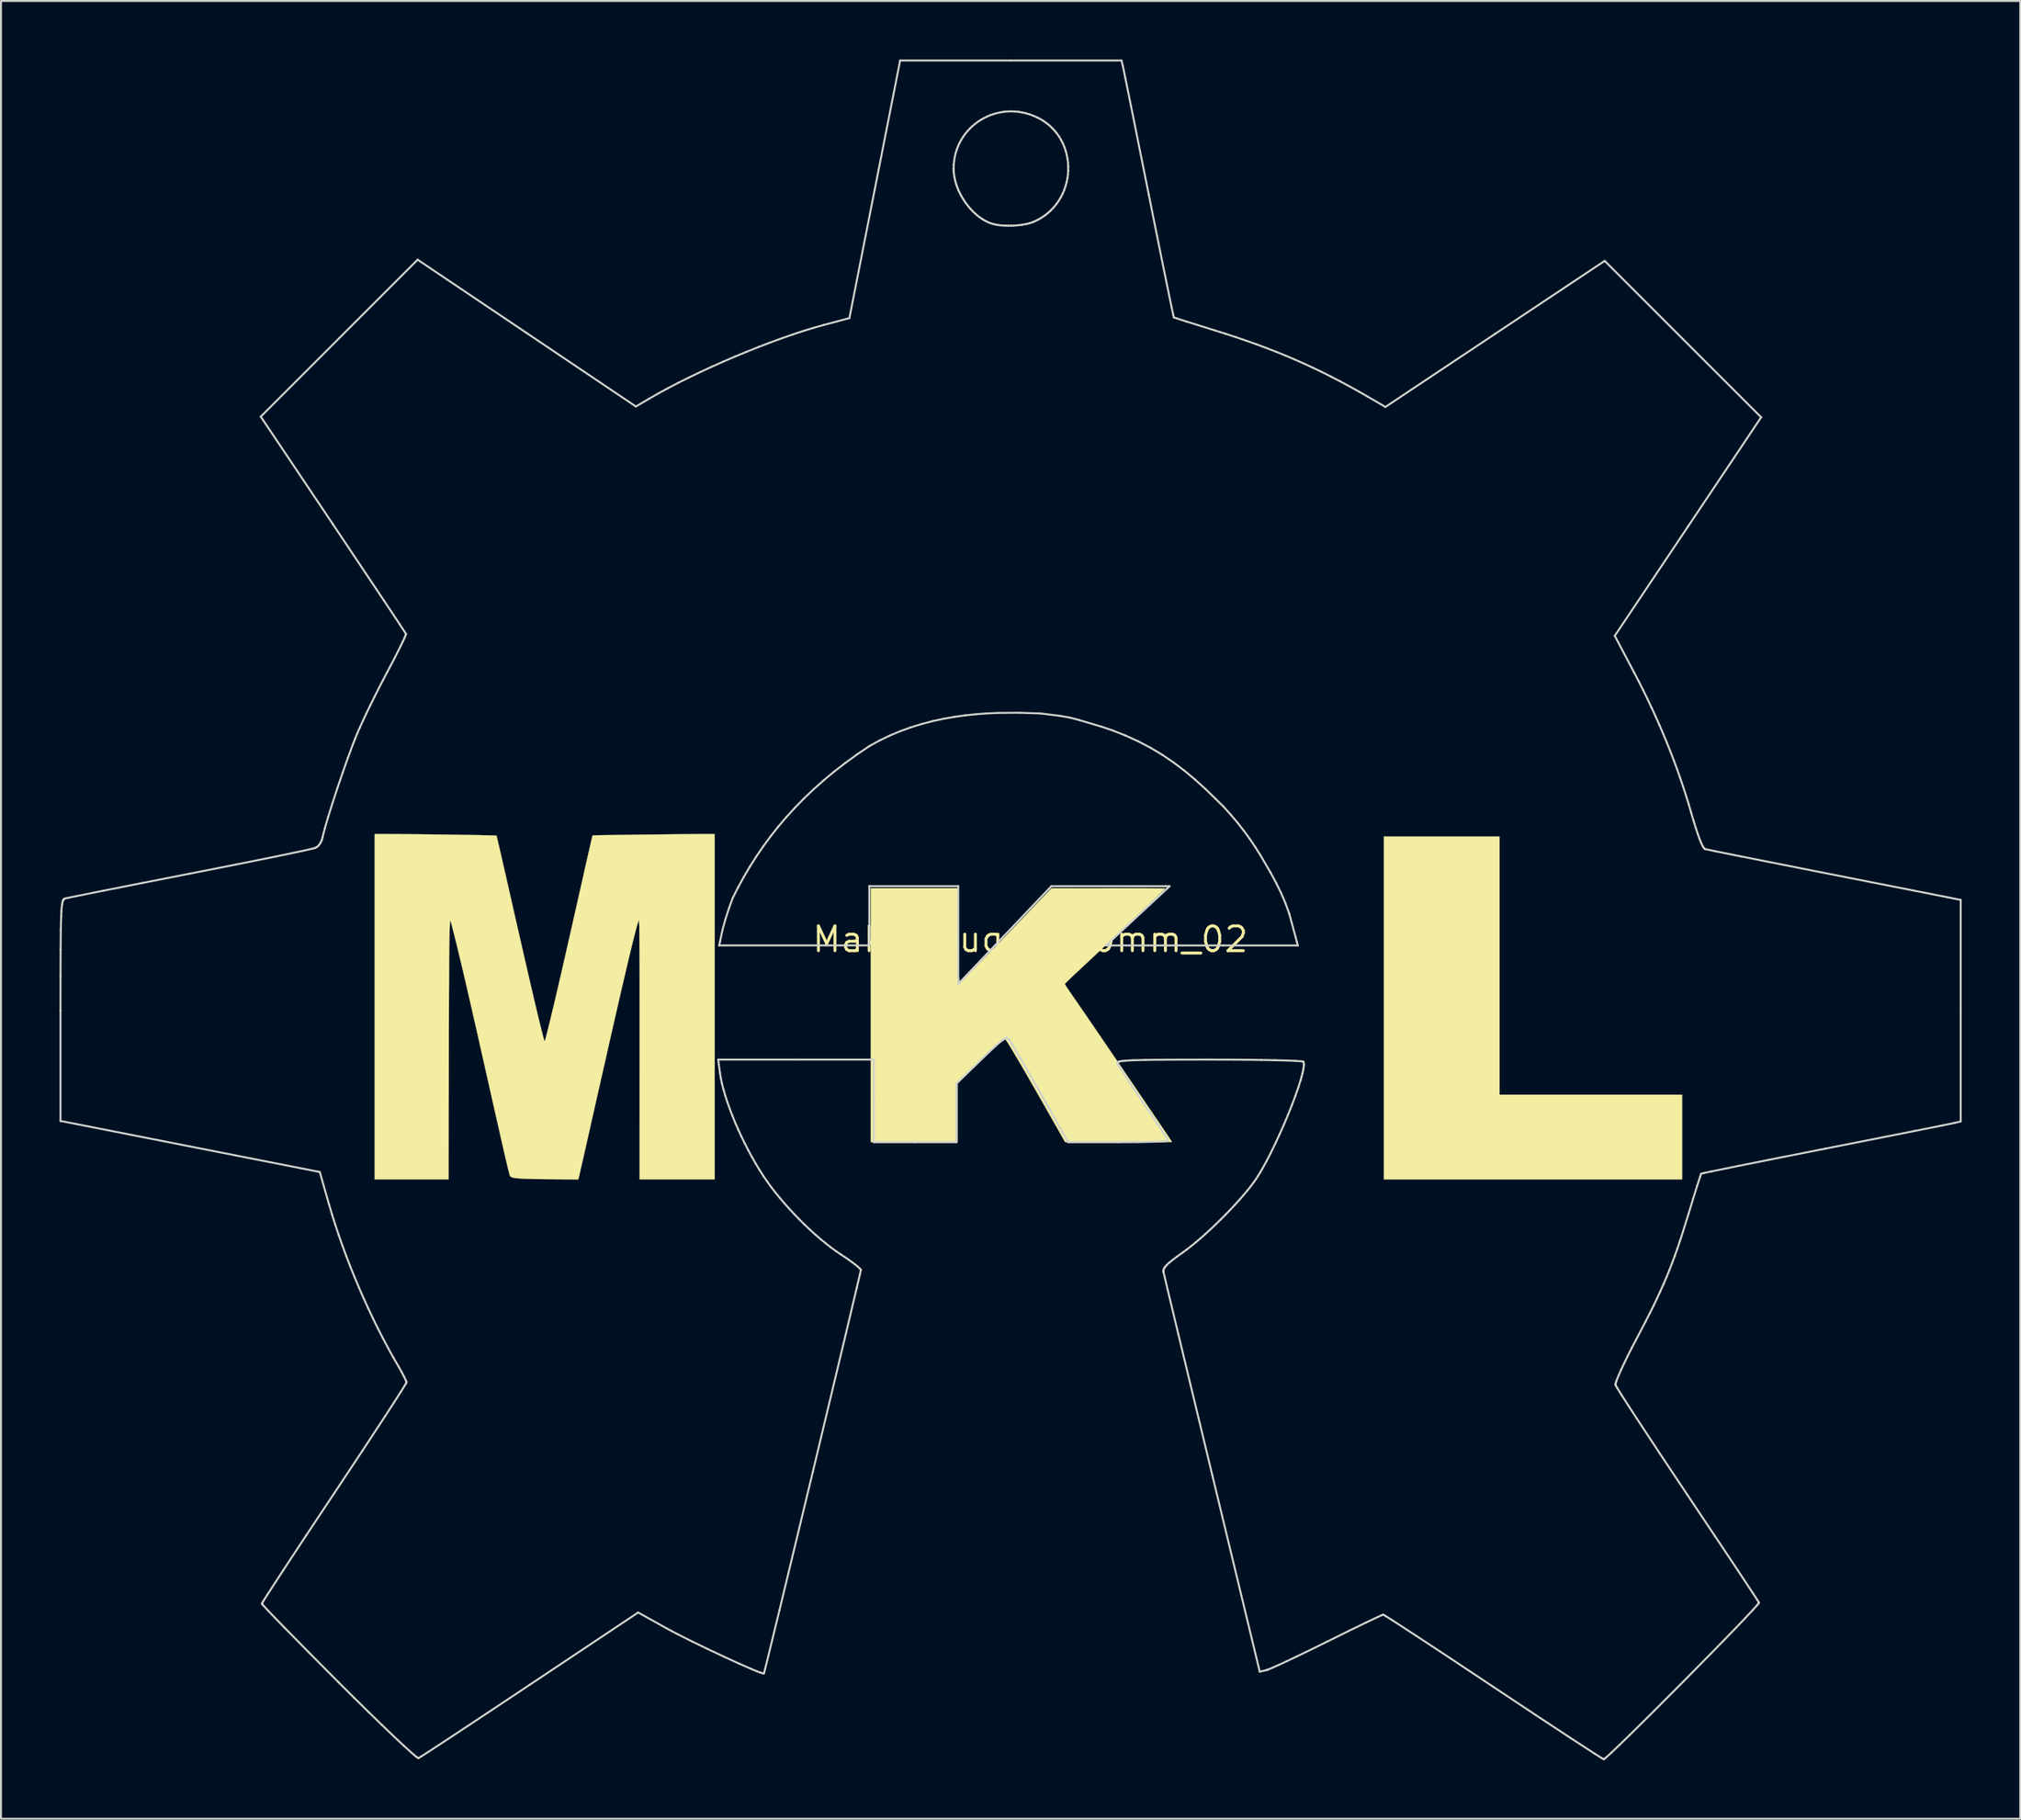
<source format=kicad_pcb>
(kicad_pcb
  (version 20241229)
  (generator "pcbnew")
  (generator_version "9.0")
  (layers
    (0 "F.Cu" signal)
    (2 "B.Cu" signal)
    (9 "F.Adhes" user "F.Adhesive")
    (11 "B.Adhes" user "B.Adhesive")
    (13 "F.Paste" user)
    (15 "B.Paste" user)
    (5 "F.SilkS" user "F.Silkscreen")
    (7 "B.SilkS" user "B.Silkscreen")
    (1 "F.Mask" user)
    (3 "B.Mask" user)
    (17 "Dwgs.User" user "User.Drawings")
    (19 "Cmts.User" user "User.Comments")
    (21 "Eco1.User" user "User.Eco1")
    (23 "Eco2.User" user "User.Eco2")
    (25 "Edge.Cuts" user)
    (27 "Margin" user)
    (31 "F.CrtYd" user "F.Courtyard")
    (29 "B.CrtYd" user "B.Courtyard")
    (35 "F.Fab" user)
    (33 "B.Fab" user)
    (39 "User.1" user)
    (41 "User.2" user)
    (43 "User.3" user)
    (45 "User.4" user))
  (footprint "Maker_Lugo_100mm_02"
    (layer "F.Cu")
    (at 49.741 45.086)
    (property "Reference" "Maker_Lugo_100mm_02" (at 0 0 0) (layer "F.SilkS") (effects (font (size 1.27 1.27) (thickness 0.15))))
    (attr through_hole)
    (fp_poly (pts (xy 24.045 7.959) (xy 33.401 7.959) (xy 33.401 12.298) (xy 18.119 12.298) (xy 18.119 -5.271) (xy 24.045 -5.271) (xy 24.045 7.959)) (stroke (width 0.01) (type solid)) (fill yes) (layer "F.SilkS"))
    (fp_poly (pts (xy -3.725 -1.169) (xy -3.724 -0.741) (xy -3.722 -0.335) (xy -3.718 0.047) (xy -3.714 0.402) (xy -3.708 0.729) (xy -3.7 1.027) (xy -3.692 1.294) (xy -3.683 1.528) (xy -3.672 1.729) (xy -3.661 1.893) (xy -3.649 2.02) (xy -3.636 2.107) (xy -3.622 2.155) (xy -3.621 2.155) (xy -3.605 2.156) (xy -3.57 2.136) (xy -3.514 2.093) (xy -3.437 2.027) (xy -3.34 1.938) (xy -3.22 1.825) (xy -3.078 1.687) (xy -2.913 1.524) (xy -2.725 1.336) (xy -2.512 1.121) (xy -2.275 0.879) (xy -2.012 0.609) (xy -1.723 0.312) (xy -1.408 -0.014) (xy -1.066 -0.37) (xy -0.696 -0.755) (xy -0.301 -1.168) (xy 1.09 -2.622) (xy 4.008 -2.623) (xy 4.394 -2.624) (xy 4.761 -2.623) (xy 5.105 -2.623) (xy 5.425 -2.622) (xy 5.719 -2.621) (xy 5.985 -2.62) (xy 6.221 -2.618) (xy 6.427 -2.617) (xy 6.599 -2.615) (xy 6.736 -2.613) (xy 6.836 -2.611) (xy 6.897 -2.608) (xy 6.918 -2.606) (xy 6.918 -2.606) (xy 6.9 -2.584) (xy 6.851 -2.533) (xy 6.773 -2.456) (xy 6.667 -2.352) (xy 6.532 -2.222) (xy 6.37 -2.066) (xy 6.182 -1.887) (xy 5.968 -1.683) (xy 5.73 -1.456) (xy 5.467 -1.207) (xy 5.18 -0.937) (xy 4.872 -0.646) (xy 4.541 -0.334) (xy 4.189 -0.003) (xy 3.817 0.346) (xy 3.426 0.714) (xy 3.016 1.099) (xy 2.587 1.5) (xy 2.18 1.881) (xy 2.071 1.985) (xy 1.972 2.08) (xy 1.889 2.163) (xy 1.825 2.229) (xy 1.784 2.274) (xy 1.77 2.295) (xy 1.782 2.319) (xy 1.816 2.372) (xy 1.868 2.452) (xy 1.935 2.552) (xy 2.014 2.669) (xy 2.103 2.797) (xy 2.131 2.839) (xy 2.246 3.004) (xy 2.375 3.191) (xy 2.518 3.398) (xy 2.675 3.627) (xy 2.848 3.878) (xy 3.036 4.154) (xy 3.242 4.454) (xy 3.464 4.78) (xy 3.704 5.132) (xy 3.963 5.512) (xy 4.24 5.92) (xy 4.538 6.357) (xy 4.855 6.824) (xy 5.194 7.322) (xy 5.554 7.853) (xy 5.936 8.416) (xy 6.341 9.012) (xy 6.547 9.316) (xy 6.675 9.505) (xy 6.796 9.683) (xy 6.907 9.848) (xy 7.006 9.996) (xy 7.092 10.125) (xy 7.163 10.23) (xy 7.216 10.31) (xy 7.249 10.361) (xy 7.26 10.38) (xy 7.239 10.382) (xy 7.179 10.383) (xy 7.081 10.385) (xy 6.948 10.386) (xy 6.783 10.387) (xy 6.588 10.388) (xy 6.365 10.389) (xy 6.118 10.39) (xy 5.848 10.391) (xy 5.559 10.392) (xy 5.252 10.392) (xy 4.93 10.393) (xy 4.596 10.393) (xy 4.524 10.393) (xy 1.787 10.393) (xy 1.027 9.054) (xy 0.732 8.535) (xy 0.457 8.053) (xy 0.202 7.608) (xy -0.033 7.2) (xy -0.247 6.827) (xy -0.442 6.491) (xy -0.618 6.191) (xy -0.774 5.927) (xy -0.91 5.698) (xy -1.027 5.504) (xy -1.125 5.346) (xy -1.204 5.222) (xy -1.264 5.133) (xy -1.305 5.079) (xy -1.327 5.059) (xy -1.328 5.059) (xy -1.355 5.074) (xy -1.41 5.118) (xy -1.493 5.19) (xy -1.602 5.29) (xy -1.735 5.415) (xy -1.893 5.565) (xy -2.073 5.739) (xy -2.275 5.936) (xy -2.497 6.155) (xy -2.739 6.393) (xy -2.789 6.443) (xy -3.725 7.373) (xy -3.725 10.393) (xy -8.17 10.393) (xy -8.17 -2.625) (xy -3.725 -2.625) (xy -3.725 -1.169)) (stroke (width 0.01) (type solid)) (fill yes) (layer "F.SilkS"))
    (fp_poly (pts (xy -16.171 12.298) (xy -20.02 12.298) (xy -20.017 5.9) (xy -20.017 5.205) (xy -20.017 4.547) (xy -20.017 3.925) (xy -20.017 3.34) (xy -20.018 2.792) (xy -20.018 2.282) (xy -20.019 1.81) (xy -20.02 1.377) (xy -20.021 0.982) (xy -20.022 0.627) (xy -20.023 0.311) (xy -20.025 0.035) (xy -20.026 -0.2) (xy -20.028 -0.395) (xy -20.03 -0.549) (xy -20.032 -0.661) (xy -20.034 -0.732) (xy -20.036 -0.751) (xy -20.057 -1.005) (xy -20.104 -0.856) (xy -20.138 -0.741) (xy -20.178 -0.597) (xy -20.225 -0.424) (xy -20.277 -0.222) (xy -20.336 0.011) (xy -20.402 0.276) (xy -20.474 0.572) (xy -20.553 0.901) (xy -20.64 1.264) (xy -20.733 1.661) (xy -20.834 2.093) (xy -20.943 2.56) (xy -21.059 3.064) (xy -21.183 3.605) (xy -21.316 4.183) (xy -21.457 4.8) (xy -21.606 5.457) (xy -21.763 6.153) (xy -21.92 6.847) (xy -22.048 7.414) (xy -22.167 7.94) (xy -22.277 8.428) (xy -22.379 8.879) (xy -22.473 9.294) (xy -22.559 9.674) (xy -22.637 10.022) (xy -22.709 10.338) (xy -22.773 10.624) (xy -22.831 10.881) (xy -22.883 11.11) (xy -22.93 11.314) (xy -22.97 11.492) (xy -23.006 11.648) (xy -23.036 11.782) (xy -23.062 11.895) (xy -23.083 11.989) (xy -23.101 12.065) (xy -23.115 12.125) (xy -23.125 12.17) (xy -23.133 12.201) (xy -23.138 12.22) (xy -23.138 12.221) (xy -23.16 12.304) (xy -24.56 12.291) (xy -24.903 12.288) (xy -25.205 12.284) (xy -25.471 12.279) (xy -25.701 12.273) (xy -25.9 12.267) (xy -26.069 12.259) (xy -26.21 12.249) (xy -26.328 12.238) (xy -26.423 12.225) (xy -26.499 12.21) (xy -26.558 12.193) (xy -26.603 12.173) (xy -26.636 12.151) (xy -26.653 12.134) (xy -26.66 12.121) (xy -26.67 12.091) (xy -26.684 12.044) (xy -26.702 11.979) (xy -26.724 11.895) (xy -26.75 11.789) (xy -26.781 11.662) (xy -26.817 11.511) (xy -26.858 11.336) (xy -26.905 11.135) (xy -26.958 10.908) (xy -27.017 10.652) (xy -27.082 10.367) (xy -27.154 10.051) (xy -27.233 9.703) (xy -27.319 9.323) (xy -27.413 8.908) (xy -27.514 8.458) (xy -27.624 7.97) (xy -27.742 7.445) (xy -27.869 6.881) (xy -27.972 6.424) (xy -28.117 5.778) (xy -28.254 5.171) (xy -28.382 4.602) (xy -28.504 4.068) (xy -28.618 3.567) (xy -28.725 3.097) (xy -28.827 2.657) (xy -28.922 2.244) (xy -29.013 1.856) (xy -29.099 1.491) (xy -29.18 1.147) (xy -29.258 0.823) (xy -29.333 0.515) (xy -29.404 0.223) (xy -29.465 -0.022) (xy -29.521 -0.246) (xy -29.568 -0.432) (xy -29.606 -0.583) (xy -29.637 -0.703) (xy -29.662 -0.794) (xy -29.681 -0.861) (xy -29.695 -0.906) (xy -29.706 -0.932) (xy -29.714 -0.943) (xy -29.72 -0.942) (xy -29.726 -0.932) (xy -29.726 -0.931) (xy -29.732 -0.903) (xy -29.737 -0.85) (xy -29.742 -0.77) (xy -29.747 -0.664) (xy -29.751 -0.529) (xy -29.756 -0.365) (xy -29.76 -0.172) (xy -29.764 0.051) (xy -29.767 0.306) (xy -29.771 0.593) (xy -29.774 0.913) (xy -29.777 1.266) (xy -29.78 1.654) (xy -29.782 2.077) (xy -29.785 2.536) (xy -29.787 3.033) (xy -29.789 3.567) (xy -29.791 4.14) (xy -29.793 4.752) (xy -29.794 5.404) (xy -29.796 6.098) (xy -29.796 6.493) (xy -29.807 12.298) (xy -33.592 12.298) (xy -33.592 -5.397) (xy -33.036 -5.397) (xy -32.831 -5.396) (xy -32.603 -5.395) (xy -32.354 -5.394) (xy -32.087 -5.392) (xy -31.805 -5.389) (xy -31.51 -5.386) (xy -31.206 -5.383) (xy -30.895 -5.38) (xy -30.581 -5.376) (xy -30.265 -5.372) (xy -29.952 -5.368) (xy -29.643 -5.363) (xy -29.342 -5.359) (xy -29.051 -5.354) (xy -28.774 -5.35) (xy -28.513 -5.345) (xy -28.271 -5.341) (xy -28.05 -5.336) (xy -27.855 -5.332) (xy -27.687 -5.328) (xy -27.55 -5.324) (xy -27.446 -5.321) (xy -27.378 -5.317) (xy -27.349 -5.315) (xy -27.348 -5.314) (xy -27.342 -5.291) (xy -27.327 -5.229) (xy -27.303 -5.131) (xy -27.273 -4.999) (xy -27.235 -4.836) (xy -27.191 -4.645) (xy -27.141 -4.427) (xy -27.085 -4.186) (xy -27.026 -3.924) (xy -26.962 -3.644) (xy -26.894 -3.348) (xy -26.824 -3.038) (xy -26.767 -2.789) (xy -26.598 -2.042) (xy -26.438 -1.335) (xy -26.286 -0.669) (xy -26.143 -0.042) (xy -26.008 0.547) (xy -25.882 1.097) (xy -25.764 1.61) (xy -25.654 2.086) (xy -25.552 2.526) (xy -25.458 2.931) (xy -25.371 3.301) (xy -25.291 3.637) (xy -25.219 3.94) (xy -25.154 4.209) (xy -25.096 4.447) (xy -25.044 4.653) (xy -25 4.828) (xy -24.961 4.973) (xy -24.929 5.089) (xy -24.922 5.114) (xy -24.912 5.152) (xy -24.902 5.181) (xy -24.894 5.199) (xy -24.884 5.202) (xy -24.873 5.188) (xy -24.859 5.152) (xy -24.84 5.092) (xy -24.816 5.005) (xy -24.786 4.887) (xy -24.748 4.736) (xy -24.701 4.548) (xy -24.681 4.467) (xy -24.64 4.302) (xy -24.598 4.134) (xy -24.556 3.961) (xy -24.512 3.78) (xy -24.466 3.59) (xy -24.418 3.389) (xy -24.368 3.176) (xy -24.314 2.949) (xy -24.258 2.707) (xy -24.197 2.446) (xy -24.133 2.166) (xy -24.063 1.866) (xy -23.989 1.543) (xy -23.91 1.195) (xy -23.824 0.821) (xy -23.733 0.419) (xy -23.635 -0.012) (xy -23.53 -0.475) (xy -23.418 -0.97) (xy -23.298 -1.501) (xy -23.171 -2.068) (xy -23.034 -2.673) (xy -22.914 -3.204) (xy -22.848 -3.496) (xy -22.785 -3.777) (xy -22.725 -4.042) (xy -22.668 -4.291) (xy -22.616 -4.519) (xy -22.57 -4.725) (xy -22.528 -4.905) (xy -22.493 -5.057) (xy -22.465 -5.177) (xy -22.445 -5.265) (xy -22.432 -5.315) (xy -22.429 -5.328) (xy -22.407 -5.329) (xy -22.346 -5.331) (xy -22.248 -5.333) (xy -22.117 -5.335) (xy -21.956 -5.338) (xy -21.766 -5.341) (xy -21.553 -5.344) (xy -21.317 -5.347) (xy -21.063 -5.351) (xy -20.793 -5.354) (xy -20.511 -5.358) (xy -20.218 -5.362) (xy -19.919 -5.366) (xy -19.616 -5.369) (xy -19.311 -5.373) (xy -19.009 -5.376) (xy -18.712 -5.38) (xy -18.422 -5.383) (xy -18.144 -5.386) (xy -17.879 -5.388) (xy -17.631 -5.391) (xy -17.402 -5.393) (xy -17.197 -5.394) (xy -17.017 -5.396) (xy -16.865 -5.397) (xy -16.745 -5.397) (xy -16.738 -5.397) (xy -16.171 -5.397) (xy -16.171 12.298)) (stroke (width 0.01) (type solid)) (fill yes) (layer "F.SilkS"))
    (fp_line (start -49.691 3.641) (end -49.69 1.881) (stroke (width 0.1) (type solid)) (layer "Edge.Cuts"))
    (fp_line (start -49.691 9.305) (end -49.691 3.641) (stroke (width 0.1) (type solid)) (layer "Edge.Cuts"))
    (fp_line (start -49.69 1.881) (end -49.685 0.527) (stroke (width 0.1) (type solid)) (layer "Edge.Cuts"))
    (fp_line (start -49.685 0.527) (end -49.675 -0.476) (stroke (width 0.1) (type solid)) (layer "Edge.Cuts"))
    (fp_line (start -49.675 -0.476) (end -49.667 -0.863) (stroke (width 0.1) (type solid)) (layer "Edge.Cuts"))
    (fp_line (start -49.667 -0.863) (end -49.656 -1.182) (stroke (width 0.1) (type solid)) (layer "Edge.Cuts"))
    (fp_line (start -49.656 -1.182) (end -49.644 -1.439) (stroke (width 0.1) (type solid)) (layer "Edge.Cuts"))
    (fp_line (start -49.644 -1.439) (end -49.628 -1.642) (stroke (width 0.1) (type solid)) (layer "Edge.Cuts"))
    (fp_line (start -49.628 -1.642) (end -49.609 -1.798) (stroke (width 0.1) (type solid)) (layer "Edge.Cuts"))
    (fp_line (start -49.609 -1.798) (end -49.587 -1.912) (stroke (width 0.1) (type solid)) (layer "Edge.Cuts"))
    (fp_line (start -49.587 -1.912) (end -49.561 -1.992) (stroke (width 0.1) (type solid)) (layer "Edge.Cuts"))
    (fp_line (start -49.561 -1.992) (end -49.547 -2.021) (stroke (width 0.1) (type solid)) (layer "Edge.Cuts"))
    (fp_line (start -49.547 -2.021) (end -49.532 -2.044) (stroke (width 0.1) (type solid)) (layer "Edge.Cuts"))
    (fp_line (start -49.532 -2.044) (end -49.515 -2.062) (stroke (width 0.1) (type solid)) (layer "Edge.Cuts"))
    (fp_line (start -49.515 -2.062) (end -49.498 -2.076) (stroke (width 0.1) (type solid)) (layer "Edge.Cuts"))
    (fp_line (start -49.498 -2.076) (end -49.46 -2.093) (stroke (width 0.1) (type solid)) (layer "Edge.Cuts"))
    (fp_line (start -49.46 -2.093) (end -49.288 -2.131) (stroke (width 0.1) (type solid)) (layer "Edge.Cuts"))
    (fp_line (start -49.288 -2.131) (end -48.885 -2.214) (stroke (width 0.1) (type solid)) (layer "Edge.Cuts"))
    (fp_line (start -48.885 -2.214) (end -47.489 -2.495) (stroke (width 0.1) (type solid)) (layer "Edge.Cuts"))
    (fp_line (start -47.489 -2.495) (end -45.484 -2.892) (stroke (width 0.1) (type solid)) (layer "Edge.Cuts"))
    (fp_line (start -45.484 -2.892) (end -43.077 -3.365) (stroke (width 0.1) (type solid)) (layer "Edge.Cuts"))
    (fp_line (start -43.077 -3.365) (end -40.666 -3.841) (stroke (width 0.1) (type solid)) (layer "Edge.Cuts"))
    (fp_line (start -43.049 10.613) (end -49.691 9.305) (stroke (width 0.1) (type solid)) (layer "Edge.Cuts"))
    (fp_line (start -40.666 -3.841) (end -38.648 -4.248) (stroke (width 0.1) (type solid)) (layer "Edge.Cuts"))
    (fp_line (start -39.43 -26.787) (end -35.411 -30.807) (stroke (width 0.1) (type solid)) (layer "Edge.Cuts"))
    (fp_line (start -39.373 34.039) (end -39.353 34) (stroke (width 0.1) (type solid)) (layer "Edge.Cuts"))
    (fp_line (start -39.353 34) (end -39.297 33.906) (stroke (width 0.1) (type solid)) (layer "Edge.Cuts"))
    (fp_line (start -39.352 34.07) (end -39.373 34.039) (stroke (width 0.1) (type solid)) (layer "Edge.Cuts"))
    (fp_line (start -39.297 33.906) (end -39.08 33.563) (stroke (width 0.1) (type solid)) (layer "Edge.Cuts"))
    (fp_line (start -39.292 34.14) (end -39.352 34.07) (stroke (width 0.1) (type solid)) (layer "Edge.Cuts"))
    (fp_line (start -39.08 33.563) (end -38.284 32.338) (stroke (width 0.1) (type solid)) (layer "Edge.Cuts"))
    (fp_line (start -39.062 34.389) (end -39.292 34.14) (stroke (width 0.1) (type solid)) (layer "Edge.Cuts"))
    (fp_line (start -38.698 34.77) (end -39.062 34.389) (stroke (width 0.1) (type solid)) (layer "Edge.Cuts"))
    (fp_line (start -38.648 -4.248) (end -37.236 -4.544) (stroke (width 0.1) (type solid)) (layer "Edge.Cuts"))
    (fp_line (start -38.284 32.338) (end -37.107 30.55) (stroke (width 0.1) (type solid)) (layer "Edge.Cuts"))
    (fp_line (start -38.216 35.266) (end -38.698 34.77) (stroke (width 0.1) (type solid)) (layer "Edge.Cuts"))
    (fp_line (start -37.236 -4.544) (end -36.823 -4.637) (stroke (width 0.1) (type solid)) (layer "Edge.Cuts"))
    (fp_line (start -37.107 30.55) (end -35.668 28.386) (stroke (width 0.1) (type solid)) (layer "Edge.Cuts"))
    (fp_line (start -36.965 36.54) (end -38.216 35.266) (stroke (width 0.1) (type solid)) (layer "Edge.Cuts"))
    (fp_line (start -36.823 -4.637) (end -36.701 -4.666) (stroke (width 0.1) (type solid)) (layer "Edge.Cuts"))
    (fp_line (start -36.701 -4.666) (end -36.64 -4.685) (stroke (width 0.1) (type solid)) (layer "Edge.Cuts"))
    (fp_line (start -36.64 -4.685) (end -36.576 -4.718) (stroke (width 0.1) (type solid)) (layer "Edge.Cuts"))
    (fp_line (start -36.576 -4.718) (end -36.515 -4.764) (stroke (width 0.1) (type solid)) (layer "Edge.Cuts"))
    (fp_line (start -36.515 -4.764) (end -36.459 -4.822) (stroke (width 0.1) (type solid)) (layer "Edge.Cuts"))
    (fp_line (start -36.459 -4.822) (end -36.406 -4.889) (stroke (width 0.1) (type solid)) (layer "Edge.Cuts"))
    (fp_line (start -36.406 -4.889) (end -36.36 -4.966) (stroke (width 0.1) (type solid)) (layer "Edge.Cuts"))
    (fp_line (start -36.406 11.921) (end -43.049 10.613) (stroke (width 0.1) (type solid)) (layer "Edge.Cuts"))
    (fp_line (start -36.36 -4.966) (end -36.319 -5.051) (stroke (width 0.1) (type solid)) (layer "Edge.Cuts"))
    (fp_line (start -36.319 -5.051) (end -36.286 -5.143) (stroke (width 0.1) (type solid)) (layer "Edge.Cuts"))
    (fp_line (start -36.286 -5.143) (end -36.26 -5.241) (stroke (width 0.1) (type solid)) (layer "Edge.Cuts"))
    (fp_line (start -36.26 -5.241) (end -36.214 -5.435) (stroke (width 0.1) (type solid)) (layer "Edge.Cuts"))
    (fp_line (start -36.214 -5.435) (end -36.15 -5.677) (stroke (width 0.1) (type solid)) (layer "Edge.Cuts"))
    (fp_line (start -36.15 -5.677) (end -35.976 -6.275) (stroke (width 0.1) (type solid)) (layer "Edge.Cuts"))
    (fp_line (start -35.976 -6.275) (end -35.753 -6.986) (stroke (width 0.1) (type solid)) (layer "Edge.Cuts"))
    (fp_line (start -35.934 13.572) (end -36.406 11.921) (stroke (width 0.1) (type solid)) (layer "Edge.Cuts"))
    (fp_line (start -35.78 14.093) (end -35.934 13.572) (stroke (width 0.1) (type solid)) (layer "Edge.Cuts"))
    (fp_line (start -35.753 -6.986) (end -35.499 -7.762) (stroke (width 0.1) (type solid)) (layer "Edge.Cuts"))
    (fp_line (start -35.73 -21.269) (end -39.43 -26.787) (stroke (width 0.1) (type solid)) (layer "Edge.Cuts"))
    (fp_line (start -35.668 28.386) (end -34.23 26.219) (stroke (width 0.1) (type solid)) (layer "Edge.Cuts"))
    (fp_line (start -35.613 14.621) (end -35.78 14.093) (stroke (width 0.1) (type solid)) (layer "Edge.Cuts"))
    (fp_line (start -35.499 -7.762) (end -35.229 -8.554) (stroke (width 0.1) (type solid)) (layer "Edge.Cuts"))
    (fp_line (start -35.437 38.077) (end -35.437 38.077) (stroke (width 0.1) (type solid)) (layer "Edge.Cuts"))
    (fp_line (start -35.437 38.077) (end -35.437 38.077) (stroke (width 0.1) (type solid)) (layer "Edge.Cuts"))
    (fp_line (start -35.437 38.077) (end -36.965 36.54) (stroke (width 0.1) (type solid)) (layer "Edge.Cuts"))
    (fp_line (start -35.435 15.155) (end -35.613 14.621) (stroke (width 0.1) (type solid)) (layer "Edge.Cuts"))
    (fp_line (start -35.411 -30.807) (end -31.392 -34.828) (stroke (width 0.1) (type solid)) (layer "Edge.Cuts"))
    (fp_line (start -35.247 15.692) (end -35.435 15.155) (stroke (width 0.1) (type solid)) (layer "Edge.Cuts"))
    (fp_line (start -35.229 -8.554) (end -34.961 -9.314) (stroke (width 0.1) (type solid)) (layer "Edge.Cuts"))
    (fp_line (start -35.048 16.231) (end -35.247 15.692) (stroke (width 0.1) (type solid)) (layer "Edge.Cuts"))
    (fp_line (start -34.961 -9.314) (end -34.709 -9.991) (stroke (width 0.1) (type solid)) (layer "Edge.Cuts"))
    (fp_line (start -34.839 16.772) (end -35.048 16.231) (stroke (width 0.1) (type solid)) (layer "Edge.Cuts"))
    (fp_line (start -34.709 -9.991) (end -34.595 -10.284) (stroke (width 0.1) (type solid)) (layer "Edge.Cuts"))
    (fp_line (start -34.643 38.867) (end -35.437 38.077) (stroke (width 0.1) (type solid)) (layer "Edge.Cuts"))
    (fp_line (start -34.622 17.311) (end -34.839 16.772) (stroke (width 0.1) (type solid)) (layer "Edge.Cuts"))
    (fp_line (start -34.595 -10.284) (end -34.492 -10.538) (stroke (width 0.1) (type solid)) (layer "Edge.Cuts"))
    (fp_line (start -34.492 -10.538) (end -34.362 -10.835) (stroke (width 0.1) (type solid)) (layer "Edge.Cuts"))
    (fp_line (start -34.396 17.849) (end -34.622 17.311) (stroke (width 0.1) (type solid)) (layer "Edge.Cuts"))
    (fp_line (start -34.362 -10.835) (end -34.203 -11.185) (stroke (width 0.1) (type solid)) (layer "Edge.Cuts"))
    (fp_line (start -34.23 26.219) (end -33.052 24.426) (stroke (width 0.1) (type solid)) (layer "Edge.Cuts"))
    (fp_line (start -34.203 -11.185) (end -34.018 -11.577) (stroke (width 0.1) (type solid)) (layer "Edge.Cuts"))
    (fp_line (start -34.163 18.383) (end -34.396 17.849) (stroke (width 0.1) (type solid)) (layer "Edge.Cuts"))
    (fp_line (start -34.018 -11.577) (end -33.816 -11.996) (stroke (width 0.1) (type solid)) (layer "Edge.Cuts"))
    (fp_line (start -33.922 18.911) (end -34.163 18.383) (stroke (width 0.1) (type solid)) (layer "Edge.Cuts"))
    (fp_line (start -33.897 39.601) (end -34.643 38.867) (stroke (width 0.1) (type solid)) (layer "Edge.Cuts"))
    (fp_line (start -33.816 -11.996) (end -33.601 -12.43) (stroke (width 0.1) (type solid)) (layer "Edge.Cuts"))
    (fp_line (start -33.676 19.433) (end -33.922 18.911) (stroke (width 0.1) (type solid)) (layer "Edge.Cuts"))
    (fp_line (start -33.601 -12.43) (end -33.382 -12.867) (stroke (width 0.1) (type solid)) (layer "Edge.Cuts"))
    (fp_line (start -33.424 19.946) (end -33.676 19.433) (stroke (width 0.1) (type solid)) (layer "Edge.Cuts"))
    (fp_line (start -33.382 -12.867) (end -33.163 -13.292) (stroke (width 0.1) (type solid)) (layer "Edge.Cuts"))
    (fp_line (start -33.214 40.264) (end -33.897 39.601) (stroke (width 0.1) (type solid)) (layer "Edge.Cuts"))
    (fp_line (start -33.166 20.45) (end -33.424 19.946) (stroke (width 0.1) (type solid)) (layer "Edge.Cuts"))
    (fp_line (start -33.163 -13.292) (end -32.951 -13.693) (stroke (width 0.1) (type solid)) (layer "Edge.Cuts"))
    (fp_line (start -33.106 -17.343) (end -35.73 -21.269) (stroke (width 0.1) (type solid)) (layer "Edge.Cuts"))
    (fp_line (start -33.052 24.426) (end -32.599 23.727) (stroke (width 0.1) (type solid)) (layer "Edge.Cuts"))
    (fp_line (start -32.951 -13.693) (end -32.566 -14.426) (stroke (width 0.1) (type solid)) (layer "Edge.Cuts"))
    (fp_line (start -32.905 20.942) (end -33.166 20.45) (stroke (width 0.1) (type solid)) (layer "Edge.Cuts"))
    (fp_line (start -32.639 21.422) (end -32.905 20.942) (stroke (width 0.1) (type solid)) (layer "Edge.Cuts"))
    (fp_line (start -32.612 40.841) (end -33.214 40.264) (stroke (width 0.1) (type solid)) (layer "Edge.Cuts"))
    (fp_line (start -32.599 23.727) (end -32.257 23.192) (stroke (width 0.1) (type solid)) (layer "Edge.Cuts"))
    (fp_line (start -32.566 -14.426) (end -32.256 -15.041) (stroke (width 0.1) (type solid)) (layer "Edge.Cuts"))
    (fp_line (start -32.371 21.887) (end -32.639 21.422) (stroke (width 0.1) (type solid)) (layer "Edge.Cuts"))
    (fp_line (start -32.298 -16.128) (end -33.106 -17.343) (stroke (width 0.1) (type solid)) (layer "Edge.Cuts"))
    (fp_line (start -32.257 23.192) (end -32.04 22.843) (stroke (width 0.1) (type solid)) (layer "Edge.Cuts"))
    (fp_line (start -32.256 -15.041) (end -32.14 -15.283) (stroke (width 0.1) (type solid)) (layer "Edge.Cuts"))
    (fp_line (start -32.213 22.165) (end -32.371 21.887) (stroke (width 0.1) (type solid)) (layer "Edge.Cuts"))
    (fp_line (start -32.14 -15.283) (end -32.054 -15.472) (stroke (width 0.1) (type solid)) (layer "Edge.Cuts"))
    (fp_line (start -32.108 41.314) (end -32.612 40.841) (stroke (width 0.1) (type solid)) (layer "Edge.Cuts"))
    (fp_line (start -32.084 22.412) (end -32.213 22.165) (stroke (width 0.1) (type solid)) (layer "Edge.Cuts"))
    (fp_line (start -32.054 -15.472) (end -32.003 -15.599) (stroke (width 0.1) (type solid)) (layer "Edge.Cuts"))
    (fp_line (start -32.04 22.843) (end -31.983 22.746) (stroke (width 0.1) (type solid)) (layer "Edge.Cuts"))
    (fp_line (start -32.003 -15.599) (end -31.992 -15.637) (stroke (width 0.1) (type solid)) (layer "Edge.Cuts"))
    (fp_line (start -31.996 22.6) (end -32.084 22.412) (stroke (width 0.1) (type solid)) (layer "Edge.Cuts"))
    (fp_line (start -31.992 -15.637) (end -31.991 -15.656) (stroke (width 0.1) (type solid)) (layer "Edge.Cuts"))
    (fp_line (start -31.991 -15.656) (end -32.298 -16.128) (stroke (width 0.1) (type solid)) (layer "Edge.Cuts"))
    (fp_line (start -31.983 22.746) (end -31.964 22.704) (stroke (width 0.1) (type solid)) (layer "Edge.Cuts"))
    (fp_line (start -31.973 22.665) (end -31.996 22.6) (stroke (width 0.1) (type solid)) (layer "Edge.Cuts"))
    (fp_line (start -31.964 22.704) (end -31.973 22.665) (stroke (width 0.1) (type solid)) (layer "Edge.Cuts"))
    (fp_line (start -31.718 41.668) (end -32.108 41.314) (stroke (width 0.1) (type solid)) (layer "Edge.Cuts"))
    (fp_line (start -31.571 41.795) (end -31.718 41.668) (stroke (width 0.1) (type solid)) (layer "Edge.Cuts"))
    (fp_line (start -31.459 41.887) (end -31.571 41.795) (stroke (width 0.1) (type solid)) (layer "Edge.Cuts"))
    (fp_line (start -31.392 -34.828) (end -25.8 -31.067) (stroke (width 0.1) (type solid)) (layer "Edge.Cuts"))
    (fp_line (start -31.384 41.941) (end -31.459 41.887) (stroke (width 0.1) (type solid)) (layer "Edge.Cuts"))
    (fp_line (start -31.361 41.954) (end -31.384 41.941) (stroke (width 0.1) (type solid)) (layer "Edge.Cuts"))
    (fp_line (start -31.348 41.956) (end -31.361 41.954) (stroke (width 0.1) (type solid)) (layer "Edge.Cuts"))
    (fp_line (start -31.204 41.868) (end -31.348 41.956) (stroke (width 0.1) (type solid)) (layer "Edge.Cuts"))
    (fp_line (start -30.85 41.641) (end -31.204 41.868) (stroke (width 0.1) (type solid)) (layer "Edge.Cuts"))
    (fp_line (start -29.609 40.827) (end -30.85 41.641) (stroke (width 0.1) (type solid)) (layer "Edge.Cuts"))
    (fp_line (start -27.811 39.637) (end -29.609 40.827) (stroke (width 0.1) (type solid)) (layer "Edge.Cuts"))
    (fp_line (start -25.8 -31.067) (end -20.208 -27.305) (stroke (width 0.1) (type solid)) (layer "Edge.Cuts"))
    (fp_line (start -25.644 38.195) (end -27.811 39.637) (stroke (width 0.1) (type solid)) (layer "Edge.Cuts"))
    (fp_line (start -20.208 -27.305) (end -19.527 -27.707) (stroke (width 0.1) (type solid)) (layer "Edge.Cuts"))
    (fp_line (start -20.093 34.493) (end -25.644 38.195) (stroke (width 0.1) (type solid)) (layer "Edge.Cuts"))
    (fp_line (start -19.527 -27.707) (end -19.061 -27.974) (stroke (width 0.1) (type solid)) (layer "Edge.Cuts"))
    (fp_line (start -19.061 -27.974) (end -18.563 -28.245) (stroke (width 0.1) (type solid)) (layer "Edge.Cuts"))
    (fp_line (start -18.653 35.295) (end -20.093 34.493) (stroke (width 0.1) (type solid)) (layer "Edge.Cuts"))
    (fp_line (start -18.563 -28.245) (end -18.036 -28.519) (stroke (width 0.1) (type solid)) (layer "Edge.Cuts"))
    (fp_line (start -18.384 35.442) (end -18.653 35.295) (stroke (width 0.1) (type solid)) (layer "Edge.Cuts"))
    (fp_line (start -18.069 35.606) (end -18.384 35.442) (stroke (width 0.1) (type solid)) (layer "Edge.Cuts"))
    (fp_line (start -18.036 -28.519) (end -17.485 -28.794) (stroke (width 0.1) (type solid)) (layer "Edge.Cuts"))
    (fp_line (start -17.485 -28.794) (end -16.915 -29.068) (stroke (width 0.1) (type solid)) (layer "Edge.Cuts"))
    (fp_line (start -17.333 35.976) (end -18.069 35.606) (stroke (width 0.1) (type solid)) (layer "Edge.Cuts"))
    (fp_line (start -16.915 -29.068) (end -16.329 -29.339) (stroke (width 0.1) (type solid)) (layer "Edge.Cuts"))
    (fp_line (start -16.516 36.372) (end -17.333 35.976) (stroke (width 0.1) (type solid)) (layer "Edge.Cuts"))
    (fp_line (start -16.329 -29.339) (end -15.732 -29.605) (stroke (width 0.1) (type solid)) (layer "Edge.Cuts"))
    (fp_line (start -15.991 6.161) (end -15.901 6.837) (stroke (width 0.1) (type solid)) (layer "Edge.Cuts"))
    (fp_line (start -15.937 0.31) (end -15.931 0.31) (stroke (width 0.1) (type solid)) (layer "Edge.Cuts"))
    (fp_line (start -15.931 0.31) (end -8.248 0.31) (stroke (width 0.1) (type solid)) (layer "Edge.Cuts"))
    (fp_line (start -15.901 6.837) (end -15.859 7.102) (stroke (width 0.1) (type solid)) (layer "Edge.Cuts"))
    (fp_line (start -15.897 0.114) (end -15.937 0.31) (stroke (width 0.1) (type solid)) (layer "Edge.Cuts"))
    (fp_line (start -15.859 7.102) (end -15.798 7.387) (stroke (width 0.1) (type solid)) (layer "Edge.Cuts"))
    (fp_line (start -15.798 7.387) (end -15.721 7.689) (stroke (width 0.1) (type solid)) (layer "Edge.Cuts"))
    (fp_line (start -15.778 -0.455) (end -15.897 0.114) (stroke (width 0.1) (type solid)) (layer "Edge.Cuts"))
    (fp_line (start -15.732 -29.605) (end -15.129 -29.864) (stroke (width 0.1) (type solid)) (layer "Edge.Cuts"))
    (fp_line (start -15.721 7.689) (end -15.629 8.006) (stroke (width 0.1) (type solid)) (layer "Edge.Cuts"))
    (fp_line (start -15.688 36.762) (end -16.516 36.372) (stroke (width 0.1) (type solid)) (layer "Edge.Cuts"))
    (fp_line (start -15.629 8.006) (end -15.522 8.336) (stroke (width 0.1) (type solid)) (layer "Edge.Cuts"))
    (fp_line (start -15.626 -1.014) (end -15.778 -0.455) (stroke (width 0.1) (type solid)) (layer "Edge.Cuts"))
    (fp_line (start -15.522 8.336) (end -15.402 8.676) (stroke (width 0.1) (type solid)) (layer "Edge.Cuts"))
    (fp_line (start -15.448 -1.566) (end -15.626 -1.014) (stroke (width 0.1) (type solid)) (layer "Edge.Cuts"))
    (fp_line (start -15.402 8.676) (end -15.269 9.025) (stroke (width 0.1) (type solid)) (layer "Edge.Cuts"))
    (fp_line (start -15.269 9.025) (end -15.125 9.379) (stroke (width 0.1) (type solid)) (layer "Edge.Cuts"))
    (fp_line (start -15.249 -2.117) (end -15.448 -1.566) (stroke (width 0.1) (type solid)) (layer "Edge.Cuts"))
    (fp_line (start -15.129 -29.864) (end -14.524 -30.115) (stroke (width 0.1) (type solid)) (layer "Edge.Cuts"))
    (fp_line (start -15.125 9.379) (end -14.97 9.736) (stroke (width 0.1) (type solid)) (layer "Edge.Cuts"))
    (fp_line (start -14.973 -2.661) (end -15.249 -2.117) (stroke (width 0.1) (type solid)) (layer "Edge.Cuts"))
    (fp_line (start -14.97 9.736) (end -14.805 10.094) (stroke (width 0.1) (type solid)) (layer "Edge.Cuts"))
    (fp_line (start -14.917 37.114) (end -15.688 36.762) (stroke (width 0.1) (type solid)) (layer "Edge.Cuts"))
    (fp_line (start -14.805 10.094) (end -14.632 10.451) (stroke (width 0.1) (type solid)) (layer "Edge.Cuts"))
    (fp_line (start -14.679 -3.198) (end -14.973 -2.661) (stroke (width 0.1) (type solid)) (layer "Edge.Cuts"))
    (fp_line (start -14.632 10.451) (end -14.451 10.804) (stroke (width 0.1) (type solid)) (layer "Edge.Cuts"))
    (fp_line (start -14.524 -30.115) (end -13.921 -30.356) (stroke (width 0.1) (type solid)) (layer "Edge.Cuts"))
    (fp_line (start -14.451 10.804) (end -14.263 11.151) (stroke (width 0.1) (type solid)) (layer "Edge.Cuts"))
    (fp_line (start -14.367 -3.728) (end -14.679 -3.198) (stroke (width 0.1) (type solid)) (layer "Edge.Cuts"))
    (fp_line (start -14.274 37.396) (end -14.917 37.114) (stroke (width 0.1) (type solid)) (layer "Edge.Cuts"))
    (fp_line (start -14.263 11.151) (end -14.07 11.49) (stroke (width 0.1) (type solid)) (layer "Edge.Cuts"))
    (fp_line (start -14.07 11.49) (end -13.872 11.818) (stroke (width 0.1) (type solid)) (layer "Edge.Cuts"))
    (fp_line (start -14.035 -4.25) (end -14.367 -3.728) (stroke (width 0.1) (type solid)) (layer "Edge.Cuts"))
    (fp_line (start -14.022 37.5) (end -14.274 37.396) (stroke (width 0.1) (type solid)) (layer "Edge.Cuts"))
    (fp_line (start -13.921 -30.356) (end -13.325 -30.584) (stroke (width 0.1) (type solid)) (layer "Edge.Cuts"))
    (fp_line (start -13.872 11.818) (end -13.671 12.133) (stroke (width 0.1) (type solid)) (layer "Edge.Cuts"))
    (fp_line (start -13.827 37.574) (end -14.022 37.5) (stroke (width 0.1) (type solid)) (layer "Edge.Cuts"))
    (fp_line (start -13.7 37.615) (end -13.827 37.574) (stroke (width 0.1) (type solid)) (layer "Edge.Cuts"))
    (fp_line (start -13.683 -4.765) (end -14.035 -4.25) (stroke (width 0.1) (type solid)) (layer "Edge.Cuts"))
    (fp_line (start -13.671 12.133) (end -13.484 12.405) (stroke (width 0.1) (type solid)) (layer "Edge.Cuts"))
    (fp_line (start -13.664 37.621) (end -13.7 37.615) (stroke (width 0.1) (type solid)) (layer "Edge.Cuts"))
    (fp_line (start -13.648 37.618) (end -13.664 37.621) (stroke (width 0.1) (type solid)) (layer "Edge.Cuts"))
    (fp_line (start -13.584 37.374) (end -13.648 37.618) (stroke (width 0.1) (type solid)) (layer "Edge.Cuts"))
    (fp_line (start -13.484 12.405) (end -13.282 12.683) (stroke (width 0.1) (type solid)) (layer "Edge.Cuts"))
    (fp_line (start -13.42 36.712) (end -13.584 37.374) (stroke (width 0.1) (type solid)) (layer "Edge.Cuts"))
    (fp_line (start -13.325 -30.584) (end -12.739 -30.799) (stroke (width 0.1) (type solid)) (layer "Edge.Cuts"))
    (fp_line (start -13.311 -5.272) (end -13.683 -4.765) (stroke (width 0.1) (type solid)) (layer "Edge.Cuts"))
    (fp_line (start -13.282 12.683) (end -13.065 12.964) (stroke (width 0.1) (type solid)) (layer "Edge.Cuts"))
    (fp_line (start -13.065 12.964) (end -12.836 13.246) (stroke (width 0.1) (type solid)) (layer "Edge.Cuts"))
    (fp_line (start -12.916 -5.772) (end -13.311 -5.272) (stroke (width 0.1) (type solid)) (layer "Edge.Cuts"))
    (fp_line (start -12.85 34.372) (end -13.42 36.712) (stroke (width 0.1) (type solid)) (layer "Edge.Cuts"))
    (fp_line (start -12.836 13.246) (end -12.596 13.528) (stroke (width 0.1) (type solid)) (layer "Edge.Cuts"))
    (fp_line (start -12.739 -30.799) (end -12.169 -30.998) (stroke (width 0.1) (type solid)) (layer "Edge.Cuts"))
    (fp_line (start -12.596 13.528) (end -12.346 13.809) (stroke (width 0.1) (type solid)) (layer "Edge.Cuts"))
    (fp_line (start -12.499 -6.263) (end -12.916 -5.772) (stroke (width 0.1) (type solid)) (layer "Edge.Cuts"))
    (fp_line (start -12.346 13.809) (end -12.089 14.086) (stroke (width 0.1) (type solid)) (layer "Edge.Cuts"))
    (fp_line (start -12.169 -30.998) (end -11.619 -31.179) (stroke (width 0.1) (type solid)) (layer "Edge.Cuts"))
    (fp_line (start -12.089 14.086) (end -11.826 14.358) (stroke (width 0.1) (type solid)) (layer "Edge.Cuts"))
    (fp_line (start -12.058 -6.747) (end -12.499 -6.263) (stroke (width 0.1) (type solid)) (layer "Edge.Cuts"))
    (fp_line (start -12.005 6.161) (end -15.991 6.161) (stroke (width 0.1) (type solid)) (layer "Edge.Cuts"))
    (fp_line (start -11.826 14.358) (end -11.558 14.623) (stroke (width 0.1) (type solid)) (layer "Edge.Cuts"))
    (fp_line (start -11.619 -31.179) (end -11.093 -31.34) (stroke (width 0.1) (type solid)) (layer "Edge.Cuts"))
    (fp_line (start -11.593 -7.222) (end -12.058 -6.747) (stroke (width 0.1) (type solid)) (layer "Edge.Cuts"))
    (fp_line (start -11.558 14.623) (end -11.288 14.88) (stroke (width 0.1) (type solid)) (layer "Edge.Cuts"))
    (fp_line (start -11.288 14.88) (end -11.017 15.126) (stroke (width 0.1) (type solid)) (layer "Edge.Cuts"))
    (fp_line (start -11.145 27.298) (end -12.85 34.372) (stroke (width 0.1) (type solid)) (layer "Edge.Cuts"))
    (fp_line (start -11.103 -7.69) (end -11.593 -7.222) (stroke (width 0.1) (type solid)) (layer "Edge.Cuts"))
    (fp_line (start -11.093 -31.34) (end -10.595 -31.48) (stroke (width 0.1) (type solid)) (layer "Edge.Cuts"))
    (fp_line (start -11.017 15.126) (end -10.746 15.361) (stroke (width 0.1) (type solid)) (layer "Edge.Cuts"))
    (fp_line (start -10.746 15.361) (end -10.477 15.582) (stroke (width 0.1) (type solid)) (layer "Edge.Cuts"))
    (fp_line (start -10.595 -31.48) (end -9.268 -31.835) (stroke (width 0.1) (type solid)) (layer "Edge.Cuts"))
    (fp_line (start -10.587 -8.149) (end -11.103 -7.69) (stroke (width 0.1) (type solid)) (layer "Edge.Cuts"))
    (fp_line (start -10.477 15.582) (end -10.213 15.789) (stroke (width 0.1) (type solid)) (layer "Edge.Cuts"))
    (fp_line (start -10.213 15.789) (end -9.953 15.978) (stroke (width 0.1) (type solid)) (layer "Edge.Cuts"))
    (fp_line (start -10.044 -8.6) (end -10.587 -8.149) (stroke (width 0.1) (type solid)) (layer "Edge.Cuts"))
    (fp_line (start -9.953 15.978) (end -9.702 16.149) (stroke (width 0.1) (type solid)) (layer "Edge.Cuts"))
    (fp_line (start -9.702 16.149) (end -9.497 16.284) (stroke (width 0.1) (type solid)) (layer "Edge.Cuts"))
    (fp_line (start -9.497 16.284) (end -9.306 16.416) (stroke (width 0.1) (type solid)) (layer "Edge.Cuts"))
    (fp_line (start -9.474 -9.043) (end -10.044 -8.6) (stroke (width 0.1) (type solid)) (layer "Edge.Cuts"))
    (fp_line (start -9.45 20.215) (end -11.145 27.298) (stroke (width 0.1) (type solid)) (layer "Edge.Cuts"))
    (fp_line (start -9.306 16.416) (end -9.133 16.541) (stroke (width 0.1) (type solid)) (layer "Edge.Cuts"))
    (fp_line (start -9.268 -31.835) (end -7.968 -38.435) (stroke (width 0.1) (type solid)) (layer "Edge.Cuts"))
    (fp_line (start -9.133 16.541) (end -8.982 16.655) (stroke (width 0.1) (type solid)) (layer "Edge.Cuts"))
    (fp_line (start -8.982 16.655) (end -8.858 16.755) (stroke (width 0.1) (type solid)) (layer "Edge.Cuts"))
    (fp_line (start -8.893 17.864) (end -9.45 20.215) (stroke (width 0.1) (type solid)) (layer "Edge.Cuts"))
    (fp_line (start -8.875 -9.477) (end -9.474 -9.043) (stroke (width 0.1) (type solid)) (layer "Edge.Cuts"))
    (fp_line (start -8.858 16.755) (end -8.763 16.839) (stroke (width 0.1) (type solid)) (layer "Edge.Cuts"))
    (fp_line (start -8.763 16.839) (end -8.703 16.903) (stroke (width 0.1) (type solid)) (layer "Edge.Cuts"))
    (fp_line (start -8.737 17.195) (end -8.893 17.864) (stroke (width 0.1) (type solid)) (layer "Edge.Cuts"))
    (fp_line (start -8.703 16.903) (end -8.687 16.926) (stroke (width 0.1) (type solid)) (layer "Edge.Cuts"))
    (fp_line (start -8.687 16.926) (end -8.682 16.943) (stroke (width 0.1) (type solid)) (layer "Edge.Cuts"))
    (fp_line (start -8.682 16.943) (end -8.737 17.195) (stroke (width 0.1) (type solid)) (layer "Edge.Cuts"))
    (fp_line (start -8.248 0.31) (end -8.247 -2.723) (stroke (width 0.1) (type solid)) (layer "Edge.Cuts"))
    (fp_line (start -8.247 -2.723) (end -8.247 -2.723) (stroke (width 0.1) (type solid)) (layer "Edge.Cuts"))
    (fp_line (start -8.247 -2.723) (end -3.691 -2.723) (stroke (width 0.1) (type solid)) (layer "Edge.Cuts"))
    (fp_line (start -8.247 -9.902) (end -8.875 -9.477) (stroke (width 0.1) (type solid)) (layer "Edge.Cuts"))
    (fp_line (start -8.019 6.161) (end -12.005 6.161) (stroke (width 0.1) (type solid)) (layer "Edge.Cuts"))
    (fp_line (start -8.019 8.278) (end -8.019 6.161) (stroke (width 0.1) (type solid)) (layer "Edge.Cuts"))
    (fp_line (start -8.019 10.394) (end -8.019 8.278) (stroke (width 0.1) (type solid)) (layer "Edge.Cuts"))
    (fp_line (start -7.968 -38.435) (end -6.668 -45.036) (stroke (width 0.1) (type solid)) (layer "Edge.Cuts"))
    (fp_line (start -7.725 -10.189) (end -8.247 -9.902) (stroke (width 0.1) (type solid)) (layer "Edge.Cuts"))
    (fp_line (start -7.195 -10.445) (end -7.725 -10.189) (stroke (width 0.1) (type solid)) (layer "Edge.Cuts"))
    (fp_line (start -6.668 -45.036) (end -0.996 -45.036) (stroke (width 0.1) (type solid)) (layer "Edge.Cuts"))
    (fp_line (start -6.656 -10.67) (end -7.195 -10.445) (stroke (width 0.1) (type solid)) (layer "Edge.Cuts"))
    (fp_line (start -6.111 -10.867) (end -6.656 -10.67) (stroke (width 0.1) (type solid)) (layer "Edge.Cuts"))
    (fp_line (start -5.903 10.394) (end -8.019 10.394) (stroke (width 0.1) (type solid)) (layer "Edge.Cuts"))
    (fp_line (start -5.56 -11.037) (end -6.111 -10.867) (stroke (width 0.1) (type solid)) (layer "Edge.Cuts"))
    (fp_line (start -5.005 -11.182) (end -5.56 -11.037) (stroke (width 0.1) (type solid)) (layer "Edge.Cuts"))
    (fp_line (start -4.446 -11.303) (end -5.005 -11.182) (stroke (width 0.1) (type solid)) (layer "Edge.Cuts"))
    (fp_line (start -3.928 -39.494) (end -3.925 -39.381) (stroke (width 0.1) (type solid)) (layer "Edge.Cuts"))
    (fp_line (start -3.925 -39.381) (end -3.916 -39.268) (stroke (width 0.1) (type solid)) (layer "Edge.Cuts"))
    (fp_line (start -3.921 -39.697) (end -3.928 -39.494) (stroke (width 0.1) (type solid)) (layer "Edge.Cuts"))
    (fp_line (start -3.916 -39.268) (end -3.902 -39.154) (stroke (width 0.1) (type solid)) (layer "Edge.Cuts"))
    (fp_line (start -3.902 -39.154) (end -3.883 -39.039) (stroke (width 0.1) (type solid)) (layer "Edge.Cuts"))
    (fp_line (start -3.902 -39.896) (end -3.921 -39.697) (stroke (width 0.1) (type solid)) (layer "Edge.Cuts"))
    (fp_line (start -3.886 -11.401) (end -4.446 -11.303) (stroke (width 0.1) (type solid)) (layer "Edge.Cuts"))
    (fp_line (start -3.883 -39.039) (end -3.858 -38.925) (stroke (width 0.1) (type solid)) (layer "Edge.Cuts"))
    (fp_line (start -3.87 -40.089) (end -3.902 -39.896) (stroke (width 0.1) (type solid)) (layer "Edge.Cuts"))
    (fp_line (start -3.858 -38.925) (end -3.829 -38.81) (stroke (width 0.1) (type solid)) (layer "Edge.Cuts"))
    (fp_line (start -3.829 -38.81) (end -3.795 -38.696) (stroke (width 0.1) (type solid)) (layer "Edge.Cuts"))
    (fp_line (start -3.826 -40.276) (end -3.87 -40.089) (stroke (width 0.1) (type solid)) (layer "Edge.Cuts"))
    (fp_line (start -3.795 -38.696) (end -3.756 -38.583) (stroke (width 0.1) (type solid)) (layer "Edge.Cuts"))
    (fp_line (start -3.786 7.39) (end -3.786 8.892) (stroke (width 0.1) (type solid)) (layer "Edge.Cuts"))
    (fp_line (start -3.786 8.892) (end -3.786 10.394) (stroke (width 0.1) (type solid)) (layer "Edge.Cuts"))
    (fp_line (start -3.786 10.394) (end -5.903 10.394) (stroke (width 0.1) (type solid)) (layer "Edge.Cuts"))
    (fp_line (start -3.771 -40.458) (end -3.826 -40.276) (stroke (width 0.1) (type solid)) (layer "Edge.Cuts"))
    (fp_line (start -3.756 -38.583) (end -3.712 -38.47) (stroke (width 0.1) (type solid)) (layer "Edge.Cuts"))
    (fp_line (start -3.712 -38.47) (end -3.665 -38.358) (stroke (width 0.1) (type solid)) (layer "Edge.Cuts"))
    (fp_line (start -3.704 -40.634) (end -3.771 -40.458) (stroke (width 0.1) (type solid)) (layer "Edge.Cuts"))
    (fp_line (start -3.691 -2.723) (end -3.691 0.312) (stroke (width 0.1) (type solid)) (layer "Edge.Cuts"))
    (fp_line (start -3.691 0.312) (end -3.691 2.288) (stroke (width 0.1) (type solid)) (layer "Edge.Cuts"))
    (fp_line (start -3.691 2.288) (end -1.809 0.312) (stroke (width 0.1) (type solid)) (layer "Edge.Cuts"))
    (fp_line (start -3.665 -38.358) (end -3.613 -38.248) (stroke (width 0.1) (type solid)) (layer "Edge.Cuts"))
    (fp_line (start -3.627 -40.803) (end -3.704 -40.634) (stroke (width 0.1) (type solid)) (layer "Edge.Cuts"))
    (fp_line (start -3.613 -38.248) (end -3.557 -38.139) (stroke (width 0.1) (type solid)) (layer "Edge.Cuts"))
    (fp_line (start -3.557 -38.139) (end -3.497 -38.032) (stroke (width 0.1) (type solid)) (layer "Edge.Cuts"))
    (fp_line (start -3.54 -40.966) (end -3.627 -40.803) (stroke (width 0.1) (type solid)) (layer "Edge.Cuts"))
    (fp_line (start -3.497 -38.032) (end -3.434 -37.927) (stroke (width 0.1) (type solid)) (layer "Edge.Cuts"))
    (fp_line (start -3.443 -41.121) (end -3.54 -40.966) (stroke (width 0.1) (type solid)) (layer "Edge.Cuts"))
    (fp_line (start -3.434 -37.927) (end -3.368 -37.824) (stroke (width 0.1) (type solid)) (layer "Edge.Cuts"))
    (fp_line (start -3.368 -37.824) (end -3.298 -37.724) (stroke (width 0.1) (type solid)) (layer "Edge.Cuts"))
    (fp_line (start -3.338 -41.27) (end -3.443 -41.121) (stroke (width 0.1) (type solid)) (layer "Edge.Cuts"))
    (fp_line (start -3.325 -11.479) (end -3.886 -11.401) (stroke (width 0.1) (type solid)) (layer "Edge.Cuts"))
    (fp_line (start -3.298 -37.724) (end -3.225 -37.626) (stroke (width 0.1) (type solid)) (layer "Edge.Cuts"))
    (fp_line (start -3.225 -37.626) (end -3.149 -37.532) (stroke (width 0.1) (type solid)) (layer "Edge.Cuts"))
    (fp_line (start -3.223 -41.411) (end -3.338 -41.27) (stroke (width 0.1) (type solid)) (layer "Edge.Cuts"))
    (fp_line (start -3.149 -37.532) (end -3.07 -37.44) (stroke (width 0.1) (type solid)) (layer "Edge.Cuts"))
    (fp_line (start -3.1 -41.544) (end -3.223 -41.411) (stroke (width 0.1) (type solid)) (layer "Edge.Cuts"))
    (fp_line (start -3.07 -37.44) (end -2.989 -37.352) (stroke (width 0.1) (type solid)) (layer "Edge.Cuts"))
    (fp_line (start -2.989 -37.352) (end -2.906 -37.268) (stroke (width 0.1) (type solid)) (layer "Edge.Cuts"))
    (fp_line (start -2.97 -41.669) (end -3.1 -41.544) (stroke (width 0.1) (type solid)) (layer "Edge.Cuts"))
    (fp_line (start -2.906 -37.268) (end -2.82 -37.188) (stroke (width 0.1) (type solid)) (layer "Edge.Cuts"))
    (fp_line (start -2.832 -41.785) (end -2.97 -41.669) (stroke (width 0.1) (type solid)) (layer "Edge.Cuts"))
    (fp_line (start -2.82 -37.188) (end -2.732 -37.111) (stroke (width 0.1) (type solid)) (layer "Edge.Cuts"))
    (fp_line (start -2.765 -11.538) (end -3.325 -11.479) (stroke (width 0.1) (type solid)) (layer "Edge.Cuts"))
    (fp_line (start -2.732 -37.111) (end -2.642 -37.039) (stroke (width 0.1) (type solid)) (layer "Edge.Cuts"))
    (fp_line (start -2.688 -41.893) (end -2.832 -41.785) (stroke (width 0.1) (type solid)) (layer "Edge.Cuts"))
    (fp_line (start -2.642 -37.039) (end -2.551 -36.972) (stroke (width 0.1) (type solid)) (layer "Edge.Cuts"))
    (fp_line (start -2.551 -36.972) (end -2.458 -36.91) (stroke (width 0.1) (type solid)) (layer "Edge.Cuts"))
    (fp_line (start -2.537 -41.992) (end -2.688 -41.893) (stroke (width 0.1) (type solid)) (layer "Edge.Cuts"))
    (fp_line (start -2.511 6.157) (end -3.786 7.39) (stroke (width 0.1) (type solid)) (layer "Edge.Cuts"))
    (fp_line (start -2.458 -36.91) (end -2.363 -36.852) (stroke (width 0.1) (type solid)) (layer "Edge.Cuts"))
    (fp_line (start -2.38 -42.081) (end -2.537 -41.992) (stroke (width 0.1) (type solid)) (layer "Edge.Cuts"))
    (fp_line (start -2.363 -36.852) (end -2.268 -36.8) (stroke (width 0.1) (type solid)) (layer "Edge.Cuts"))
    (fp_line (start -2.268 -36.8) (end -2.171 -36.754) (stroke (width 0.1) (type solid)) (layer "Edge.Cuts"))
    (fp_line (start -2.218 -42.161) (end -2.38 -42.081) (stroke (width 0.1) (type solid)) (layer "Edge.Cuts"))
    (fp_line (start -2.206 -11.579) (end -2.765 -11.538) (stroke (width 0.1) (type solid)) (layer "Edge.Cuts"))
    (fp_line (start -2.171 -36.754) (end -2.074 -36.713) (stroke (width 0.1) (type solid)) (layer "Edge.Cuts"))
    (fp_line (start -2.116 5.776) (end -2.511 6.157) (stroke (width 0.1) (type solid)) (layer "Edge.Cuts"))
    (fp_line (start -2.074 -36.713) (end -1.975 -36.679) (stroke (width 0.1) (type solid)) (layer "Edge.Cuts"))
    (fp_line (start -2.051 -42.232) (end -2.218 -42.161) (stroke (width 0.1) (type solid)) (layer "Edge.Cuts"))
    (fp_line (start -1.975 -36.679) (end -1.877 -36.651) (stroke (width 0.1) (type solid)) (layer "Edge.Cuts"))
    (fp_line (start -1.88 -42.292) (end -2.051 -42.232) (stroke (width 0.1) (type solid)) (layer "Edge.Cuts"))
    (fp_line (start -1.877 -36.651) (end -1.767 -36.626) (stroke (width 0.1) (type solid)) (layer "Edge.Cuts"))
    (fp_line (start -1.809 0.312) (end 1.081 -2.723) (stroke (width 0.1) (type solid)) (layer "Edge.Cuts"))
    (fp_line (start -1.808 5.487) (end -2.116 5.776) (stroke (width 0.1) (type solid)) (layer "Edge.Cuts"))
    (fp_line (start -1.767 -36.626) (end -1.648 -36.607) (stroke (width 0.1) (type solid)) (layer "Edge.Cuts"))
    (fp_line (start -1.704 -42.341) (end -1.88 -42.292) (stroke (width 0.1) (type solid)) (layer "Edge.Cuts"))
    (fp_line (start -1.65 -11.604) (end -2.206 -11.579) (stroke (width 0.1) (type solid)) (layer "Edge.Cuts"))
    (fp_line (start -1.648 -36.607) (end -1.523 -36.591) (stroke (width 0.1) (type solid)) (layer "Edge.Cuts"))
    (fp_line (start -1.575 5.281) (end -1.808 5.487) (stroke (width 0.1) (type solid)) (layer "Edge.Cuts"))
    (fp_line (start -1.525 -42.38) (end -1.704 -42.341) (stroke (width 0.1) (type solid)) (layer "Edge.Cuts"))
    (fp_line (start -1.523 -36.591) (end -1.391 -36.58) (stroke (width 0.1) (type solid)) (layer "Edge.Cuts"))
    (fp_line (start -1.482 5.206) (end -1.575 5.281) (stroke (width 0.1) (type solid)) (layer "Edge.Cuts"))
    (fp_line (start -1.403 5.148) (end -1.482 5.206) (stroke (width 0.1) (type solid)) (layer "Edge.Cuts"))
    (fp_line (start -1.391 -36.58) (end -1.255 -36.573) (stroke (width 0.1) (type solid)) (layer "Edge.Cuts"))
    (fp_line (start -1.343 -42.408) (end -1.525 -42.38) (stroke (width 0.1) (type solid)) (layer "Edge.Cuts"))
    (fp_line (start -1.335 5.106) (end -1.403 5.148) (stroke (width 0.1) (type solid)) (layer "Edge.Cuts"))
    (fp_line (start -1.278 5.079) (end -1.335 5.106) (stroke (width 0.1) (type solid)) (layer "Edge.Cuts"))
    (fp_line (start -1.255 -36.573) (end -1.115 -36.571) (stroke (width 0.1) (type solid)) (layer "Edge.Cuts"))
    (fp_line (start -1.23 5.066) (end -1.278 5.079) (stroke (width 0.1) (type solid)) (layer "Edge.Cuts"))
    (fp_line (start -1.188 5.066) (end -1.23 5.066) (stroke (width 0.1) (type solid)) (layer "Edge.Cuts"))
    (fp_line (start -1.159 -42.425) (end -1.343 -42.408) (stroke (width 0.1) (type solid)) (layer "Edge.Cuts"))
    (fp_line (start -1.152 5.077) (end -1.188 5.066) (stroke (width 0.1) (type solid)) (layer "Edge.Cuts"))
    (fp_line (start -1.119 5.099) (end -1.152 5.077) (stroke (width 0.1) (type solid)) (layer "Edge.Cuts"))
    (fp_line (start -1.115 -36.571) (end -0.974 -36.572) (stroke (width 0.1) (type solid)) (layer "Edge.Cuts"))
    (fp_line (start -1.088 5.13) (end -1.119 5.099) (stroke (width 0.1) (type solid)) (layer "Edge.Cuts"))
    (fp_line (start -1.057 5.169) (end -1.088 5.13) (stroke (width 0.1) (type solid)) (layer "Edge.Cuts"))
    (fp_line (start -0.996 -45.036) (end 4.675 -45.036) (stroke (width 0.1) (type solid)) (layer "Edge.Cuts"))
    (fp_line (start -0.993 5.269) (end -1.057 5.169) (stroke (width 0.1) (type solid)) (layer "Edge.Cuts"))
    (fp_line (start -0.974 -36.572) (end -0.833 -36.578) (stroke (width 0.1) (type solid)) (layer "Edge.Cuts"))
    (fp_line (start -0.972 -42.43) (end -1.159 -42.425) (stroke (width 0.1) (type solid)) (layer "Edge.Cuts"))
    (fp_line (start -0.877 5.461) (end -0.993 5.269) (stroke (width 0.1) (type solid)) (layer "Edge.Cuts"))
    (fp_line (start -0.833 -36.578) (end -0.692 -36.587) (stroke (width 0.1) (type solid)) (layer "Edge.Cuts"))
    (fp_line (start -0.784 -42.423) (end -0.972 -42.43) (stroke (width 0.1) (type solid)) (layer "Edge.Cuts"))
    (fp_line (start -0.692 -36.587) (end -0.554 -36.601) (stroke (width 0.1) (type solid)) (layer "Edge.Cuts"))
    (fp_line (start -0.594 -42.405) (end -0.784 -42.423) (stroke (width 0.1) (type solid)) (layer "Edge.Cuts"))
    (fp_line (start -0.554 -36.601) (end -0.42 -36.618) (stroke (width 0.1) (type solid)) (layer "Edge.Cuts"))
    (fp_line (start -0.551 -11.613) (end -1.65 -11.604) (stroke (width 0.1) (type solid)) (layer "Edge.Cuts"))
    (fp_line (start -0.516 6.074) (end -0.877 5.461) (stroke (width 0.1) (type solid)) (layer "Edge.Cuts"))
    (fp_line (start -0.42 -36.618) (end -0.291 -36.639) (stroke (width 0.1) (type solid)) (layer "Edge.Cuts"))
    (fp_line (start -0.404 -42.373) (end -0.594 -42.405) (stroke (width 0.1) (type solid)) (layer "Edge.Cuts"))
    (fp_line (start -0.291 -36.639) (end -0.169 -36.664) (stroke (width 0.1) (type solid)) (layer "Edge.Cuts"))
    (fp_line (start -0.214 -42.329) (end -0.404 -42.373) (stroke (width 0.1) (type solid)) (layer "Edge.Cuts"))
    (fp_line (start -0.169 -36.664) (end -0.055 -36.692) (stroke (width 0.1) (type solid)) (layer "Edge.Cuts"))
    (fp_line (start -0.055 -36.692) (end 0.05 -36.724) (stroke (width 0.1) (type solid)) (layer "Edge.Cuts"))
    (fp_line (start -0.029 6.918) (end -0.516 6.074) (stroke (width 0.1) (type solid)) (layer "Edge.Cuts"))
    (fp_line (start -0.024 -42.272) (end -0.214 -42.329) (stroke (width 0.1) (type solid)) (layer "Edge.Cuts"))
    (fp_line (start 0.05 -36.724) (end 0.144 -36.759) (stroke (width 0.1) (type solid)) (layer "Edge.Cuts"))
    (fp_line (start 0.144 -36.759) (end 0.144 -36.759) (stroke (width 0.1) (type solid)) (layer "Edge.Cuts"))
    (fp_line (start 0.144 -36.759) (end 0.144 -36.759) (stroke (width 0.1) (type solid)) (layer "Edge.Cuts"))
    (fp_line (start 0.144 -36.759) (end 0.251 -36.805) (stroke (width 0.1) (type solid)) (layer "Edge.Cuts"))
    (fp_line (start 0.166 -42.202) (end -0.024 -42.272) (stroke (width 0.1) (type solid)) (layer "Edge.Cuts"))
    (fp_line (start 0.251 -36.805) (end 0.354 -36.856) (stroke (width 0.1) (type solid)) (layer "Edge.Cuts"))
    (fp_line (start 0.354 -36.856) (end 0.453 -36.909) (stroke (width 0.1) (type solid)) (layer "Edge.Cuts"))
    (fp_line (start 0.354 -42.118) (end 0.166 -42.202) (stroke (width 0.1) (type solid)) (layer "Edge.Cuts"))
    (fp_line (start 0.453 -36.909) (end 0.55 -36.965) (stroke (width 0.1) (type solid)) (layer "Edge.Cuts"))
    (fp_line (start 0.456 -42.066) (end 0.354 -42.118) (stroke (width 0.1) (type solid)) (layer "Edge.Cuts"))
    (fp_line (start 0.521 -11.577) (end -0.551 -11.613) (stroke (width 0.1) (type solid)) (layer "Edge.Cuts"))
    (fp_line (start 0.534 7.904) (end -0.029 6.918) (stroke (width 0.1) (type solid)) (layer "Edge.Cuts"))
    (fp_line (start 0.55 -36.965) (end 0.643 -37.025) (stroke (width 0.1) (type solid)) (layer "Edge.Cuts"))
    (fp_line (start 0.555 -42.011) (end 0.456 -42.066) (stroke (width 0.1) (type solid)) (layer "Edge.Cuts"))
    (fp_line (start 0.643 -37.025) (end 0.734 -37.087) (stroke (width 0.1) (type solid)) (layer "Edge.Cuts"))
    (fp_line (start 0.651 -41.953) (end 0.555 -42.011) (stroke (width 0.1) (type solid)) (layer "Edge.Cuts"))
    (fp_line (start 0.734 -37.087) (end 0.821 -37.153) (stroke (width 0.1) (type solid)) (layer "Edge.Cuts"))
    (fp_line (start 0.743 -41.891) (end 0.651 -41.953) (stroke (width 0.1) (type solid)) (layer "Edge.Cuts"))
    (fp_line (start 0.821 -37.153) (end 0.905 -37.221) (stroke (width 0.1) (type solid)) (layer "Edge.Cuts"))
    (fp_line (start 0.831 -41.827) (end 0.743 -41.891) (stroke (width 0.1) (type solid)) (layer "Edge.Cuts"))
    (fp_line (start 0.905 -37.221) (end 0.985 -37.291) (stroke (width 0.1) (type solid)) (layer "Edge.Cuts"))
    (fp_line (start 0.916 -41.76) (end 0.831 -41.827) (stroke (width 0.1) (type solid)) (layer "Edge.Cuts"))
    (fp_line (start 0.985 -37.291) (end 1.063 -37.364) (stroke (width 0.1) (type solid)) (layer "Edge.Cuts"))
    (fp_line (start 0.998 -41.691) (end 0.916 -41.76) (stroke (width 0.1) (type solid)) (layer "Edge.Cuts"))
    (fp_line (start 1.063 -37.364) (end 1.208 -37.518) (stroke (width 0.1) (type solid)) (layer "Edge.Cuts"))
    (fp_line (start 1.077 -41.619) (end 0.998 -41.691) (stroke (width 0.1) (type solid)) (layer "Edge.Cuts"))
    (fp_line (start 1.081 -2.723) (end 6.942 -2.723) (stroke (width 0.1) (type solid)) (layer "Edge.Cuts"))
    (fp_line (start 1.151 -41.544) (end 1.077 -41.619) (stroke (width 0.1) (type solid)) (layer "Edge.Cuts"))
    (fp_line (start 1.208 -37.518) (end 1.34 -37.68) (stroke (width 0.1) (type solid)) (layer "Edge.Cuts"))
    (fp_line (start 1.223 -41.467) (end 1.151 -41.544) (stroke (width 0.1) (type solid)) (layer "Edge.Cuts"))
    (fp_line (start 1.291 -41.388) (end 1.223 -41.467) (stroke (width 0.1) (type solid)) (layer "Edge.Cuts"))
    (fp_line (start 1.34 -37.68) (end 1.459 -37.85) (stroke (width 0.1) (type solid)) (layer "Edge.Cuts"))
    (fp_line (start 1.356 -41.307) (end 1.291 -41.388) (stroke (width 0.1) (type solid)) (layer "Edge.Cuts"))
    (fp_line (start 1.459 -37.85) (end 1.565 -38.027) (stroke (width 0.1) (type solid)) (layer "Edge.Cuts"))
    (fp_line (start 1.475 -41.138) (end 1.356 -41.307) (stroke (width 0.1) (type solid)) (layer "Edge.Cuts"))
    (fp_line (start 1.52 -11.453) (end 0.521 -11.577) (stroke (width 0.1) (type solid)) (layer "Edge.Cuts"))
    (fp_line (start 1.565 -38.027) (end 1.659 -38.211) (stroke (width 0.1) (type solid)) (layer "Edge.Cuts"))
    (fp_line (start 1.581 -40.962) (end 1.475 -41.138) (stroke (width 0.1) (type solid)) (layer "Edge.Cuts"))
    (fp_line (start 1.659 -38.211) (end 1.739 -38.4) (stroke (width 0.1) (type solid)) (layer "Edge.Cuts"))
    (fp_line (start 1.673 -40.78) (end 1.581 -40.962) (stroke (width 0.1) (type solid)) (layer "Edge.Cuts"))
    (fp_line (start 1.739 -38.4) (end 1.806 -38.593) (stroke (width 0.1) (type solid)) (layer "Edge.Cuts"))
    (fp_line (start 1.752 -40.592) (end 1.673 -40.78) (stroke (width 0.1) (type solid)) (layer "Edge.Cuts"))
    (fp_line (start 1.806 -38.593) (end 1.86 -38.79) (stroke (width 0.1) (type solid)) (layer "Edge.Cuts"))
    (fp_line (start 1.817 -40.4) (end 1.752 -40.592) (stroke (width 0.1) (type solid)) (layer "Edge.Cuts"))
    (fp_line (start 1.86 -38.79) (end 1.901 -38.99) (stroke (width 0.1) (type solid)) (layer "Edge.Cuts"))
    (fp_line (start 1.869 -40.203) (end 1.817 -40.4) (stroke (width 0.1) (type solid)) (layer "Edge.Cuts"))
    (fp_line (start 1.901 -38.99) (end 1.929 -39.192) (stroke (width 0.1) (type solid)) (layer "Edge.Cuts"))
    (fp_line (start 1.908 -40.004) (end 1.869 -40.203) (stroke (width 0.1) (type solid)) (layer "Edge.Cuts"))
    (fp_line (start 1.929 -39.192) (end 1.944 -39.396) (stroke (width 0.1) (type solid)) (layer "Edge.Cuts"))
    (fp_line (start 1.933 -39.802) (end 1.908 -40.004) (stroke (width 0.1) (type solid)) (layer "Edge.Cuts"))
    (fp_line (start 1.944 -39.396) (end 1.945 -39.599) (stroke (width 0.1) (type solid)) (layer "Edge.Cuts"))
    (fp_line (start 1.945 -39.599) (end 1.933 -39.802) (stroke (width 0.1) (type solid)) (layer "Edge.Cuts"))
    (fp_line (start 1.946 10.394) (end 0.534 7.904) (stroke (width 0.1) (type solid)) (layer "Edge.Cuts"))
    (fp_line (start 2.024 -11.365) (end 1.52 -11.453) (stroke (width 0.1) (type solid)) (layer "Edge.Cuts"))
    (fp_line (start 2.5 -11.24) (end 2.024 -11.365) (stroke (width 0.1) (type solid)) (layer "Edge.Cuts"))
    (fp_line (start 3.656 -10.896) (end 2.5 -11.24) (stroke (width 0.1) (type solid)) (layer "Edge.Cuts"))
    (fp_line (start 3.879 0.312) (end 9.899 0.312) (stroke (width 0.1) (type solid)) (layer "Edge.Cuts"))
    (fp_line (start 4.223 -10.704) (end 3.656 -10.896) (stroke (width 0.1) (type solid)) (layer "Edge.Cuts"))
    (fp_line (start 4.455 6.332) (end 4.459 6.346) (stroke (width 0.1) (type solid)) (layer "Edge.Cuts"))
    (fp_line (start 4.457 6.318) (end 4.455 6.332) (stroke (width 0.1) (type solid)) (layer "Edge.Cuts"))
    (fp_line (start 4.459 6.346) (end 4.499 6.421) (stroke (width 0.1) (type solid)) (layer "Edge.Cuts"))
    (fp_line (start 4.465 6.305) (end 4.457 6.318) (stroke (width 0.1) (type solid)) (layer "Edge.Cuts"))
    (fp_line (start 4.478 6.293) (end 4.465 6.305) (stroke (width 0.1) (type solid)) (layer "Edge.Cuts"))
    (fp_line (start 4.499 6.421) (end 4.586 6.564) (stroke (width 0.1) (type solid)) (layer "Edge.Cuts"))
    (fp_line (start 4.504 10.394) (end 1.946 10.394) (stroke (width 0.1) (type solid)) (layer "Edge.Cuts"))
    (fp_line (start 4.525 6.271) (end 4.478 6.293) (stroke (width 0.1) (type solid)) (layer "Edge.Cuts"))
    (fp_line (start 4.586 6.564) (end 4.881 7.02) (stroke (width 0.1) (type solid)) (layer "Edge.Cuts"))
    (fp_line (start 4.601 6.251) (end 4.525 6.271) (stroke (width 0.1) (type solid)) (layer "Edge.Cuts"))
    (fp_line (start 4.675 -45.036) (end 4.747 -44.738) (stroke (width 0.1) (type solid)) (layer "Edge.Cuts"))
    (fp_line (start 4.71 6.234) (end 4.601 6.251) (stroke (width 0.1) (type solid)) (layer "Edge.Cuts"))
    (fp_line (start 4.747 -44.738) (end 4.873 -44.128) (stroke (width 0.1) (type solid)) (layer "Edge.Cuts"))
    (fp_line (start 4.857 6.219) (end 4.71 6.234) (stroke (width 0.1) (type solid)) (layer "Edge.Cuts"))
    (fp_line (start 4.873 -44.128) (end 5.165 -42.686) (stroke (width 0.1) (type solid)) (layer "Edge.Cuts"))
    (fp_line (start 4.881 7.02) (end 5.298 7.649) (stroke (width 0.1) (type solid)) (layer "Edge.Cuts"))
    (fp_line (start 4.881 -10.443) (end 4.223 -10.704) (stroke (width 0.1) (type solid)) (layer "Edge.Cuts"))
    (fp_line (start 5.043 6.206) (end 4.857 6.219) (stroke (width 0.1) (type solid)) (layer "Edge.Cuts"))
    (fp_line (start 5.165 -42.686) (end 6.07 -38.17) (stroke (width 0.1) (type solid)) (layer "Edge.Cuts"))
    (fp_line (start 5.274 6.195) (end 5.043 6.206) (stroke (width 0.1) (type solid)) (layer "Edge.Cuts"))
    (fp_line (start 5.298 7.649) (end 5.796 8.383) (stroke (width 0.1) (type solid)) (layer "Edge.Cuts"))
    (fp_line (start 5.497 10.388) (end 4.504 10.394) (stroke (width 0.1) (type solid)) (layer "Edge.Cuts"))
    (fp_line (start 5.547 -10.14) (end 4.881 -10.443) (stroke (width 0.1) (type solid)) (layer "Edge.Cuts"))
    (fp_line (start 5.796 8.383) (end 6.287 9.108) (stroke (width 0.1) (type solid)) (layer "Edge.Cuts"))
    (fp_line (start 5.884 6.178) (end 5.274 6.195) (stroke (width 0.1) (type solid)) (layer "Edge.Cuts"))
    (fp_line (start 6.07 -38.17) (end 6.559 -35.732) (stroke (width 0.1) (type solid)) (layer "Edge.Cuts"))
    (fp_line (start 6.176 -9.81) (end 5.547 -10.14) (stroke (width 0.1) (type solid)) (layer "Edge.Cuts"))
    (fp_line (start 6.287 9.108) (end 6.69 9.714) (stroke (width 0.1) (type solid)) (layer "Edge.Cuts"))
    (fp_line (start 6.31 10.371) (end 5.497 10.388) (stroke (width 0.1) (type solid)) (layer "Edge.Cuts"))
    (fp_line (start 6.559 -35.732) (end 6.965 -33.732) (stroke (width 0.1) (type solid)) (layer "Edge.Cuts"))
    (fp_line (start 6.623 10.359) (end 6.31 10.371) (stroke (width 0.1) (type solid)) (layer "Edge.Cuts"))
    (fp_line (start 6.69 9.714) (end 6.962 10.137) (stroke (width 0.1) (type solid)) (layer "Edge.Cuts"))
    (fp_line (start 6.715 6.168) (end 5.884 6.178) (stroke (width 0.1) (type solid)) (layer "Edge.Cuts"))
    (fp_line (start 6.775 -9.45) (end 6.176 -9.81) (stroke (width 0.1) (type solid)) (layer "Edge.Cuts"))
    (fp_line (start 6.823 17.017) (end 6.824 16.976) (stroke (width 0.1) (type solid)) (layer "Edge.Cuts"))
    (fp_line (start 6.824 16.976) (end 6.832 16.933) (stroke (width 0.1) (type solid)) (layer "Edge.Cuts"))
    (fp_line (start 6.829 17.059) (end 6.823 17.017) (stroke (width 0.1) (type solid)) (layer "Edge.Cuts"))
    (fp_line (start 6.832 16.933) (end 6.846 16.889) (stroke (width 0.1) (type solid)) (layer "Edge.Cuts"))
    (fp_line (start 6.846 16.889) (end 6.869 16.843) (stroke (width 0.1) (type solid)) (layer "Edge.Cuts"))
    (fp_line (start 6.86 10.345) (end 6.623 10.359) (stroke (width 0.1) (type solid)) (layer "Edge.Cuts"))
    (fp_line (start 6.869 16.843) (end 6.9 16.795) (stroke (width 0.1) (type solid)) (layer "Edge.Cuts"))
    (fp_line (start 6.9 16.795) (end 6.941 16.744) (stroke (width 0.1) (type solid)) (layer "Edge.Cuts"))
    (fp_line (start 6.941 16.744) (end 6.991 16.689) (stroke (width 0.1) (type solid)) (layer "Edge.Cuts"))
    (fp_line (start 6.942 -2.723) (end 7.14 -2.723) (stroke (width 0.1) (type solid)) (layer "Edge.Cuts"))
    (fp_line (start 6.962 10.137) (end 7.036 10.261) (stroke (width 0.1) (type solid)) (layer "Edge.Cuts"))
    (fp_line (start 6.965 -33.732) (end 7.245 -32.376) (stroke (width 0.1) (type solid)) (layer "Edge.Cuts"))
    (fp_line (start 6.991 16.689) (end 7.122 16.566) (stroke (width 0.1) (type solid)) (layer "Edge.Cuts"))
    (fp_line (start 7.01 10.33) (end 6.86 10.345) (stroke (width 0.1) (type solid)) (layer "Edge.Cuts"))
    (fp_line (start 7.036 10.261) (end 7.062 10.314) (stroke (width 0.1) (type solid)) (layer "Edge.Cuts"))
    (fp_line (start 7.043 17.965) (end 6.829 17.059) (stroke (width 0.1) (type solid)) (layer "Edge.Cuts"))
    (fp_line (start 7.049 10.323) (end 7.01 10.33) (stroke (width 0.1) (type solid)) (layer "Edge.Cuts"))
    (fp_line (start 7.062 10.314) (end 7.049 10.323) (stroke (width 0.1) (type solid)) (layer "Edge.Cuts"))
    (fp_line (start 7.122 16.566) (end 7.3 16.421) (stroke (width 0.1) (type solid)) (layer "Edge.Cuts"))
    (fp_line (start 7.14 -2.723) (end 3.879 0.312) (stroke (width 0.1) (type solid)) (layer "Edge.Cuts"))
    (fp_line (start 7.245 -32.376) (end 7.325 -32.004) (stroke (width 0.1) (type solid)) (layer "Edge.Cuts"))
    (fp_line (start 7.3 16.421) (end 7.527 16.25) (stroke (width 0.1) (type solid)) (layer "Edge.Cuts"))
    (fp_line (start 7.325 -32.004) (end 7.358 -31.87) (stroke (width 0.1) (type solid)) (layer "Edge.Cuts"))
    (fp_line (start 7.348 -9.06) (end 6.775 -9.45) (stroke (width 0.1) (type solid)) (layer "Edge.Cuts"))
    (fp_line (start 7.358 -31.87) (end 7.533 -31.81) (stroke (width 0.1) (type solid)) (layer "Edge.Cuts"))
    (fp_line (start 7.527 16.25) (end 7.81 16.047) (stroke (width 0.1) (type solid)) (layer "Edge.Cuts"))
    (fp_line (start 7.533 -31.81) (end 7.985 -31.665) (stroke (width 0.1) (type solid)) (layer "Edge.Cuts"))
    (fp_line (start 7.584 20.222) (end 7.043 17.965) (stroke (width 0.1) (type solid)) (layer "Edge.Cuts"))
    (fp_line (start 7.796 6.163) (end 6.715 6.168) (stroke (width 0.1) (type solid)) (layer "Edge.Cuts"))
    (fp_line (start 7.81 16.047) (end 8.026 15.889) (stroke (width 0.1) (type solid)) (layer "Edge.Cuts"))
    (fp_line (start 7.903 -8.64) (end 7.348 -9.06) (stroke (width 0.1) (type solid)) (layer "Edge.Cuts"))
    (fp_line (start 7.985 -31.665) (end 9.443 -31.209) (stroke (width 0.1) (type solid)) (layer "Edge.Cuts"))
    (fp_line (start 8.026 15.889) (end 8.254 15.711) (stroke (width 0.1) (type solid)) (layer "Edge.Cuts"))
    (fp_line (start 8.254 15.711) (end 8.492 15.516) (stroke (width 0.1) (type solid)) (layer "Edge.Cuts"))
    (fp_line (start 8.445 -8.187) (end 7.903 -8.64) (stroke (width 0.1) (type solid)) (layer "Edge.Cuts"))
    (fp_line (start 8.492 15.516) (end 8.739 15.305) (stroke (width 0.1) (type solid)) (layer "Edge.Cuts"))
    (fp_line (start 8.739 15.305) (end 8.99 15.082) (stroke (width 0.1) (type solid)) (layer "Edge.Cuts"))
    (fp_line (start 8.98 -7.702) (end 8.445 -8.187) (stroke (width 0.1) (type solid)) (layer "Edge.Cuts"))
    (fp_line (start 8.99 15.082) (end 9.245 14.848) (stroke (width 0.1) (type solid)) (layer "Edge.Cuts"))
    (fp_line (start 9.157 6.161) (end 7.796 6.163) (stroke (width 0.1) (type solid)) (layer "Edge.Cuts"))
    (fp_line (start 9.245 14.848) (end 9.501 14.605) (stroke (width 0.1) (type solid)) (layer "Edge.Cuts"))
    (fp_line (start 9.321 27.432) (end 7.584 20.222) (stroke (width 0.1) (type solid)) (layer "Edge.Cuts"))
    (fp_line (start 9.443 -31.209) (end 10.005 -31.032) (stroke (width 0.1) (type solid)) (layer "Edge.Cuts"))
    (fp_line (start 9.501 14.605) (end 9.756 14.357) (stroke (width 0.1) (type solid)) (layer "Edge.Cuts"))
    (fp_line (start 9.514 -7.182) (end 8.98 -7.702) (stroke (width 0.1) (type solid)) (layer "Edge.Cuts"))
    (fp_line (start 9.756 14.357) (end 10.007 14.105) (stroke (width 0.1) (type solid)) (layer "Edge.Cuts"))
    (fp_line (start 9.899 -6.804) (end 9.514 -7.182) (stroke (width 0.1) (type solid)) (layer "Edge.Cuts"))
    (fp_line (start 9.899 0.312) (end 13.707 0.312) (stroke (width 0.1) (type solid)) (layer "Edge.Cuts"))
    (fp_line (start 10.005 -31.032) (end 10.55 -30.854) (stroke (width 0.1) (type solid)) (layer "Edge.Cuts"))
    (fp_line (start 10.007 14.105) (end 10.252 13.851) (stroke (width 0.1) (type solid)) (layer "Edge.Cuts"))
    (fp_line (start 10.116 6.163) (end 9.157 6.161) (stroke (width 0.1) (type solid)) (layer "Edge.Cuts"))
    (fp_line (start 10.252 13.851) (end 10.488 13.599) (stroke (width 0.1) (type solid)) (layer "Edge.Cuts"))
    (fp_line (start 10.281 -6.379) (end 9.899 -6.804) (stroke (width 0.1) (type solid)) (layer "Edge.Cuts"))
    (fp_line (start 10.488 13.599) (end 10.714 13.349) (stroke (width 0.1) (type solid)) (layer "Edge.Cuts"))
    (fp_line (start 10.55 -30.854) (end 11.079 -30.673) (stroke (width 0.1) (type solid)) (layer "Edge.Cuts"))
    (fp_line (start 10.63 -5.966) (end 10.281 -6.379) (stroke (width 0.1) (type solid)) (layer "Edge.Cuts"))
    (fp_line (start 10.714 13.349) (end 10.927 13.105) (stroke (width 0.1) (type solid)) (layer "Edge.Cuts"))
    (fp_line (start 10.927 13.105) (end 11.125 12.869) (stroke (width 0.1) (type solid)) (layer "Edge.Cuts"))
    (fp_line (start 10.949 -5.557) (end 10.63 -5.966) (stroke (width 0.1) (type solid)) (layer "Edge.Cuts"))
    (fp_line (start 11.014 6.169) (end 10.116 6.163) (stroke (width 0.1) (type solid)) (layer "Edge.Cuts"))
    (fp_line (start 11.079 -30.673) (end 11.595 -30.49) (stroke (width 0.1) (type solid)) (layer "Edge.Cuts"))
    (fp_line (start 11.125 12.869) (end 11.305 12.643) (stroke (width 0.1) (type solid)) (layer "Edge.Cuts"))
    (fp_line (start 11.246 -5.149) (end 10.949 -5.557) (stroke (width 0.1) (type solid)) (layer "Edge.Cuts"))
    (fp_line (start 11.305 12.643) (end 11.465 12.429) (stroke (width 0.1) (type solid)) (layer "Edge.Cuts"))
    (fp_line (start 11.465 12.429) (end 11.563 12.288) (stroke (width 0.1) (type solid)) (layer "Edge.Cuts"))
    (fp_line (start 11.525 -4.736) (end 11.246 -5.149) (stroke (width 0.1) (type solid)) (layer "Edge.Cuts"))
    (fp_line (start 11.563 12.288) (end 11.665 12.131) (stroke (width 0.1) (type solid)) (layer "Edge.Cuts"))
    (fp_line (start 11.595 -30.49) (end 12.098 -30.303) (stroke (width 0.1) (type solid)) (layer "Edge.Cuts"))
    (fp_line (start 11.665 12.131) (end 11.77 11.959) (stroke (width 0.1) (type solid)) (layer "Edge.Cuts"))
    (fp_line (start 11.758 37.525) (end 9.321 27.432) (stroke (width 0.1) (type solid)) (layer "Edge.Cuts"))
    (fp_line (start 11.77 11.959) (end 11.878 11.775) (stroke (width 0.1) (type solid)) (layer "Edge.Cuts"))
    (fp_line (start 11.793 -4.312) (end 11.525 -4.736) (stroke (width 0.1) (type solid)) (layer "Edge.Cuts"))
    (fp_line (start 11.83 6.179) (end 11.014 6.169) (stroke (width 0.1) (type solid)) (layer "Edge.Cuts"))
    (fp_line (start 11.878 11.775) (end 12.101 11.371) (stroke (width 0.1) (type solid)) (layer "Edge.Cuts"))
    (fp_line (start 12.089 37.451) (end 11.758 37.525) (stroke (width 0.1) (type solid)) (layer "Edge.Cuts"))
    (fp_line (start 12.098 -30.303) (end 12.59 -30.112) (stroke (width 0.1) (type solid)) (layer "Edge.Cuts"))
    (fp_line (start 12.101 11.371) (end 12.329 10.929) (stroke (width 0.1) (type solid)) (layer "Edge.Cuts"))
    (fp_line (start 12.137 37.436) (end 12.089 37.451) (stroke (width 0.1) (type solid)) (layer "Edge.Cuts"))
    (fp_line (start 12.212 37.407) (end 12.137 37.436) (stroke (width 0.1) (type solid)) (layer "Edge.Cuts"))
    (fp_line (start 12.318 -3.413) (end 11.793 -4.312) (stroke (width 0.1) (type solid)) (layer "Edge.Cuts"))
    (fp_line (start 12.329 10.929) (end 12.558 10.458) (stroke (width 0.1) (type solid)) (layer "Edge.Cuts"))
    (fp_line (start 12.437 37.312) (end 12.212 37.407) (stroke (width 0.1) (type solid)) (layer "Edge.Cuts"))
    (fp_line (start 12.544 6.193) (end 11.83 6.179) (stroke (width 0.1) (type solid)) (layer "Edge.Cuts"))
    (fp_line (start 12.558 10.458) (end 12.784 9.97) (stroke (width 0.1) (type solid)) (layer "Edge.Cuts"))
    (fp_line (start 12.59 -30.112) (end 13.074 -29.916) (stroke (width 0.1) (type solid)) (layer "Edge.Cuts"))
    (fp_line (start 12.603 -2.882) (end 12.318 -3.413) (stroke (width 0.1) (type solid)) (layer "Edge.Cuts"))
    (fp_line (start 12.751 37.172) (end 12.437 37.312) (stroke (width 0.1) (type solid)) (layer "Edge.Cuts"))
    (fp_line (start 12.784 9.97) (end 13.004 9.473) (stroke (width 0.1) (type solid)) (layer "Edge.Cuts"))
    (fp_line (start 12.851 -2.375) (end 12.603 -2.882) (stroke (width 0.1) (type solid)) (layer "Edge.Cuts"))
    (fp_line (start 13.004 9.473) (end 13.212 8.978) (stroke (width 0.1) (type solid)) (layer "Edge.Cuts"))
    (fp_line (start 13.069 -1.869) (end 12.851 -2.375) (stroke (width 0.1) (type solid)) (layer "Edge.Cuts"))
    (fp_line (start 13.074 -29.916) (end 13.55 -29.714) (stroke (width 0.1) (type solid)) (layer "Edge.Cuts"))
    (fp_line (start 13.138 6.208) (end 12.544 6.193) (stroke (width 0.1) (type solid)) (layer "Edge.Cuts"))
    (fp_line (start 13.141 36.991) (end 12.751 37.172) (stroke (width 0.1) (type solid)) (layer "Edge.Cuts"))
    (fp_line (start 13.212 8.978) (end 13.405 8.495) (stroke (width 0.1) (type solid)) (layer "Edge.Cuts"))
    (fp_line (start 13.263 -1.339) (end 13.069 -1.869) (stroke (width 0.1) (type solid)) (layer "Edge.Cuts"))
    (fp_line (start 13.274 -1.301) (end 13.263 -1.339) (stroke (width 0.1) (type solid)) (layer "Edge.Cuts"))
    (fp_line (start 13.405 8.495) (end 13.579 8.033) (stroke (width 0.1) (type solid)) (layer "Edge.Cuts"))
    (fp_line (start 13.55 -29.714) (end 14.021 -29.506) (stroke (width 0.1) (type solid)) (layer "Edge.Cuts"))
    (fp_line (start 13.579 8.033) (end 13.73 7.602) (stroke (width 0.1) (type solid)) (layer "Edge.Cuts"))
    (fp_line (start 13.59 6.227) (end 13.138 6.208) (stroke (width 0.1) (type solid)) (layer "Edge.Cuts"))
    (fp_line (start 13.597 -0.112) (end 13.274 -1.301) (stroke (width 0.1) (type solid)) (layer "Edge.Cuts"))
    (fp_line (start 13.663 0.141) (end 13.597 -0.112) (stroke (width 0.1) (type solid)) (layer "Edge.Cuts"))
    (fp_line (start 13.707 0.312) (end 13.663 0.141) (stroke (width 0.1) (type solid)) (layer "Edge.Cuts"))
    (fp_line (start 13.73 7.602) (end 13.853 7.213) (stroke (width 0.1) (type solid)) (layer "Edge.Cuts"))
    (fp_line (start 13.853 7.213) (end 13.903 7.037) (stroke (width 0.1) (type solid)) (layer "Edge.Cuts"))
    (fp_line (start 13.881 6.247) (end 13.59 6.227) (stroke (width 0.1) (type solid)) (layer "Edge.Cuts"))
    (fp_line (start 13.903 7.037) (end 13.945 6.875) (stroke (width 0.1) (type solid)) (layer "Edge.Cuts"))
    (fp_line (start 13.945 6.875) (end 13.978 6.729) (stroke (width 0.1) (type solid)) (layer "Edge.Cuts"))
    (fp_line (start 13.961 6.258) (end 13.881 6.247) (stroke (width 0.1) (type solid)) (layer "Edge.Cuts"))
    (fp_line (start 13.978 6.729) (end 14.002 6.599) (stroke (width 0.1) (type solid)) (layer "Edge.Cuts"))
    (fp_line (start 13.982 6.263) (end 13.961 6.258) (stroke (width 0.1) (type solid)) (layer "Edge.Cuts"))
    (fp_line (start 13.992 6.269) (end 13.982 6.263) (stroke (width 0.1) (type solid)) (layer "Edge.Cuts"))
    (fp_line (start 14.002 6.599) (end 14.015 6.486) (stroke (width 0.1) (type solid)) (layer "Edge.Cuts"))
    (fp_line (start 14.003 6.292) (end 13.992 6.269) (stroke (width 0.1) (type solid)) (layer "Edge.Cuts"))
    (fp_line (start 14.011 6.32) (end 14.003 6.292) (stroke (width 0.1) (type solid)) (layer "Edge.Cuts"))
    (fp_line (start 14.015 6.486) (end 14.019 6.393) (stroke (width 0.1) (type solid)) (layer "Edge.Cuts"))
    (fp_line (start 14.019 6.393) (end 14.011 6.32) (stroke (width 0.1) (type solid)) (layer "Edge.Cuts"))
    (fp_line (start 14.021 -29.506) (end 14.487 -29.29) (stroke (width 0.1) (type solid)) (layer "Edge.Cuts"))
    (fp_line (start 14.097 36.534) (end 13.141 36.991) (stroke (width 0.1) (type solid)) (layer "Edge.Cuts"))
    (fp_line (start 14.487 -29.29) (end 14.952 -29.067) (stroke (width 0.1) (type solid)) (layer "Edge.Cuts"))
    (fp_line (start 14.952 -29.067) (end 15.415 -28.835) (stroke (width 0.1) (type solid)) (layer "Edge.Cuts"))
    (fp_line (start 15.205 35.99) (end 14.097 36.534) (stroke (width 0.1) (type solid)) (layer "Edge.Cuts"))
    (fp_line (start 15.415 -28.835) (end 15.879 -28.594) (stroke (width 0.1) (type solid)) (layer "Edge.Cuts"))
    (fp_line (start 15.879 -28.594) (end 16.346 -28.343) (stroke (width 0.1) (type solid)) (layer "Edge.Cuts"))
    (fp_line (start 16.293 35.452) (end 15.205 35.99) (stroke (width 0.1) (type solid)) (layer "Edge.Cuts"))
    (fp_line (start 16.346 -28.343) (end 16.817 -28.082) (stroke (width 0.1) (type solid)) (layer "Edge.Cuts"))
    (fp_line (start 16.817 -28.082) (end 17.293 -27.809) (stroke (width 0.1) (type solid)) (layer "Edge.Cuts"))
    (fp_line (start 17.199 35.011) (end 16.293 35.452) (stroke (width 0.1) (type solid)) (layer "Edge.Cuts"))
    (fp_line (start 17.293 -27.809) (end 18.198 -27.283) (stroke (width 0.1) (type solid)) (layer "Edge.Cuts"))
    (fp_line (start 17.827 34.713) (end 17.199 35.011) (stroke (width 0.1) (type solid)) (layer "Edge.Cuts"))
    (fp_line (start 18.008 34.632) (end 17.827 34.713) (stroke (width 0.1) (type solid)) (layer "Edge.Cuts"))
    (fp_line (start 18.083 34.604) (end 18.008 34.632) (stroke (width 0.1) (type solid)) (layer "Edge.Cuts"))
    (fp_line (start 18.122 34.623) (end 18.083 34.604) (stroke (width 0.1) (type solid)) (layer "Edge.Cuts"))
    (fp_line (start 18.198 -27.283) (end 23.816 -31.026) (stroke (width 0.1) (type solid)) (layer "Edge.Cuts"))
    (fp_line (start 18.215 34.679) (end 18.122 34.623) (stroke (width 0.1) (type solid)) (layer "Edge.Cuts"))
    (fp_line (start 18.558 34.896) (end 18.215 34.679) (stroke (width 0.1) (type solid)) (layer "Edge.Cuts"))
    (fp_line (start 19.781 35.692) (end 18.558 34.896) (stroke (width 0.1) (type solid)) (layer "Edge.Cuts"))
    (fp_line (start 21.567 36.869) (end 19.781 35.692) (stroke (width 0.1) (type solid)) (layer "Edge.Cuts"))
    (fp_line (start 23.731 38.308) (end 21.567 36.869) (stroke (width 0.1) (type solid)) (layer "Edge.Cuts"))
    (fp_line (start 23.816 -31.026) (end 29.433 -34.768) (stroke (width 0.1) (type solid)) (layer "Edge.Cuts"))
    (fp_line (start 25.895 39.746) (end 23.731 38.308) (stroke (width 0.1) (type solid)) (layer "Edge.Cuts"))
    (fp_line (start 27.683 40.924) (end 25.895 39.746) (stroke (width 0.1) (type solid)) (layer "Edge.Cuts"))
    (fp_line (start 28.908 41.72) (end 27.683 40.924) (stroke (width 0.1) (type solid)) (layer "Edge.Cuts"))
    (fp_line (start 29.252 41.936) (end 28.908 41.72) (stroke (width 0.1) (type solid)) (layer "Edge.Cuts"))
    (fp_line (start 29.347 41.993) (end 29.252 41.936) (stroke (width 0.1) (type solid)) (layer "Edge.Cuts"))
    (fp_line (start 29.386 42.012) (end 29.347 41.993) (stroke (width 0.1) (type solid)) (layer "Edge.Cuts"))
    (fp_line (start 29.399 42.006) (end 29.386 42.012) (stroke (width 0.1) (type solid)) (layer "Edge.Cuts"))
    (fp_line (start 29.424 41.989) (end 29.399 42.006) (stroke (width 0.1) (type solid)) (layer "Edge.Cuts"))
    (fp_line (start 29.433 -34.768) (end 33.441 -30.761) (stroke (width 0.1) (type solid)) (layer "Edge.Cuts"))
    (fp_line (start 29.504 41.923) (end 29.424 41.989) (stroke (width 0.1) (type solid)) (layer "Edge.Cuts"))
    (fp_line (start 29.78 41.672) (end 29.504 41.923) (stroke (width 0.1) (type solid)) (layer "Edge.Cuts"))
    (fp_line (start 29.95 -15.554) (end 30.949 -13.659) (stroke (width 0.1) (type solid)) (layer "Edge.Cuts"))
    (fp_line (start 29.987 22.797) (end 29.987 22.83) (stroke (width 0.1) (type solid)) (layer "Edge.Cuts"))
    (fp_line (start 29.987 22.83) (end 30.011 22.881) (stroke (width 0.1) (type solid)) (layer "Edge.Cuts"))
    (fp_line (start 29.998 22.743) (end 29.987 22.797) (stroke (width 0.1) (type solid)) (layer "Edge.Cuts"))
    (fp_line (start 30.011 22.881) (end 30.072 22.985) (stroke (width 0.1) (type solid)) (layer "Edge.Cuts"))
    (fp_line (start 30.02 22.67) (end 29.998 22.743) (stroke (width 0.1) (type solid)) (layer "Edge.Cuts"))
    (fp_line (start 30.052 22.578) (end 30.02 22.67) (stroke (width 0.1) (type solid)) (layer "Edge.Cuts"))
    (fp_line (start 30.072 22.985) (end 30.295 23.343) (stroke (width 0.1) (type solid)) (layer "Edge.Cuts"))
    (fp_line (start 30.146 22.346) (end 30.052 22.578) (stroke (width 0.1) (type solid)) (layer "Edge.Cuts"))
    (fp_line (start 30.189 41.282) (end 29.78 41.672) (stroke (width 0.1) (type solid)) (layer "Edge.Cuts"))
    (fp_line (start 30.274 22.056) (end 30.146 22.346) (stroke (width 0.1) (type solid)) (layer "Edge.Cuts"))
    (fp_line (start 30.295 23.343) (end 30.64 23.88) (stroke (width 0.1) (type solid)) (layer "Edge.Cuts"))
    (fp_line (start 30.433 21.717) (end 30.274 22.056) (stroke (width 0.1) (type solid)) (layer "Edge.Cuts"))
    (fp_line (start 30.617 21.339) (end 30.433 21.717) (stroke (width 0.1) (type solid)) (layer "Edge.Cuts"))
    (fp_line (start 30.64 23.88) (end 31.092 24.575) (stroke (width 0.1) (type solid)) (layer "Edge.Cuts"))
    (fp_line (start 30.71 40.776) (end 30.189 41.282) (stroke (width 0.1) (type solid)) (layer "Edge.Cuts"))
    (fp_line (start 30.823 20.931) (end 30.617 21.339) (stroke (width 0.1) (type solid)) (layer "Edge.Cuts"))
    (fp_line (start 30.949 -13.659) (end 31.18 -13.215) (stroke (width 0.1) (type solid)) (layer "Edge.Cuts"))
    (fp_line (start 31.047 20.504) (end 30.823 20.931) (stroke (width 0.1) (type solid)) (layer "Edge.Cuts"))
    (fp_line (start 31.092 24.575) (end 32.256 26.342) (stroke (width 0.1) (type solid)) (layer "Edge.Cuts"))
    (fp_line (start 31.18 -13.215) (end 31.404 -12.77) (stroke (width 0.1) (type solid)) (layer "Edge.Cuts"))
    (fp_line (start 31.404 -12.77) (end 31.623 -12.323) (stroke (width 0.1) (type solid)) (layer "Edge.Cuts"))
    (fp_line (start 31.526 19.588) (end 31.047 20.504) (stroke (width 0.1) (type solid)) (layer "Edge.Cuts"))
    (fp_line (start 31.623 -12.323) (end 31.835 -11.875) (stroke (width 0.1) (type solid)) (layer "Edge.Cuts"))
    (fp_line (start 31.738 19.17) (end 31.526 19.588) (stroke (width 0.1) (type solid)) (layer "Edge.Cuts"))
    (fp_line (start 31.835 -11.875) (end 32.041 -11.426) (stroke (width 0.1) (type solid)) (layer "Edge.Cuts"))
    (fp_line (start 31.936 18.772) (end 31.738 19.17) (stroke (width 0.1) (type solid)) (layer "Edge.Cuts"))
    (fp_line (start 31.993 39.506) (end 30.71 40.776) (stroke (width 0.1) (type solid)) (layer "Edge.Cuts"))
    (fp_line (start 32.041 -11.426) (end 32.241 -10.976) (stroke (width 0.1) (type solid)) (layer "Edge.Cuts"))
    (fp_line (start 32.119 18.39) (end 31.936 18.772) (stroke (width 0.1) (type solid)) (layer "Edge.Cuts"))
    (fp_line (start 32.241 -10.976) (end 32.434 -10.526) (stroke (width 0.1) (type solid)) (layer "Edge.Cuts"))
    (fp_line (start 32.256 26.342) (end 33.667 28.46) (stroke (width 0.1) (type solid)) (layer "Edge.Cuts"))
    (fp_line (start 32.29 18.021) (end 32.119 18.39) (stroke (width 0.1) (type solid)) (layer "Edge.Cuts"))
    (fp_line (start 32.434 -10.526) (end 32.62 -10.076) (stroke (width 0.1) (type solid)) (layer "Edge.Cuts"))
    (fp_line (start 32.451 17.66) (end 32.29 18.021) (stroke (width 0.1) (type solid)) (layer "Edge.Cuts"))
    (fp_line (start 32.603 17.303) (end 32.451 17.66) (stroke (width 0.1) (type solid)) (layer "Edge.Cuts"))
    (fp_line (start 32.62 -10.076) (end 32.8 -9.626) (stroke (width 0.1) (type solid)) (layer "Edge.Cuts"))
    (fp_line (start 32.749 16.946) (end 32.603 17.303) (stroke (width 0.1) (type solid)) (layer "Edge.Cuts"))
    (fp_line (start 32.8 -9.626) (end 32.973 -9.176) (stroke (width 0.1) (type solid)) (layer "Edge.Cuts"))
    (fp_line (start 32.889 16.585) (end 32.749 16.946) (stroke (width 0.1) (type solid)) (layer "Edge.Cuts"))
    (fp_line (start 32.973 -9.176) (end 33.139 -8.727) (stroke (width 0.1) (type solid)) (layer "Edge.Cuts"))
    (fp_line (start 33.026 16.215) (end 32.889 16.585) (stroke (width 0.1) (type solid)) (layer "Edge.Cuts"))
    (fp_line (start 33.139 -8.727) (end 33.298 -8.278) (stroke (width 0.1) (type solid)) (layer "Edge.Cuts"))
    (fp_line (start 33.161 15.833) (end 33.026 16.215) (stroke (width 0.1) (type solid)) (layer "Edge.Cuts"))
    (fp_line (start 33.296 15.434) (end 33.161 15.833) (stroke (width 0.1) (type solid)) (layer "Edge.Cuts"))
    (fp_line (start 33.298 -8.278) (end 33.45 -7.831) (stroke (width 0.1) (type solid)) (layer "Edge.Cuts"))
    (fp_line (start 33.433 15.014) (end 33.296 15.434) (stroke (width 0.1) (type solid)) (layer "Edge.Cuts"))
    (fp_line (start 33.441 -30.761) (end 37.45 -26.754) (stroke (width 0.1) (type solid)) (layer "Edge.Cuts"))
    (fp_line (start 33.448 38.046) (end 31.993 39.506) (stroke (width 0.1) (type solid)) (layer "Edge.Cuts"))
    (fp_line (start 33.45 -7.831) (end 33.595 -7.385) (stroke (width 0.1) (type solid)) (layer "Edge.Cuts"))
    (fp_line (start 33.595 -7.385) (end 33.732 -6.941) (stroke (width 0.1) (type solid)) (layer "Edge.Cuts"))
    (fp_line (start 33.667 28.46) (end 35.078 30.57) (stroke (width 0.1) (type solid)) (layer "Edge.Cuts"))
    (fp_line (start 33.7 -21.154) (end 29.95 -15.554) (stroke (width 0.1) (type solid)) (layer "Edge.Cuts"))
    (fp_line (start 33.719 14.095) (end 33.433 15.014) (stroke (width 0.1) (type solid)) (layer "Edge.Cuts"))
    (fp_line (start 33.732 -6.941) (end 33.862 -6.499) (stroke (width 0.1) (type solid)) (layer "Edge.Cuts"))
    (fp_line (start 33.862 -6.499) (end 33.983 -6.087) (stroke (width 0.1) (type solid)) (layer "Edge.Cuts"))
    (fp_line (start 33.963 13.297) (end 33.719 14.095) (stroke (width 0.1) (type solid)) (layer "Edge.Cuts"))
    (fp_line (start 33.983 -6.087) (end 34.096 -5.722) (stroke (width 0.1) (type solid)) (layer "Edge.Cuts"))
    (fp_line (start 34.096 -5.722) (end 34.201 -5.407) (stroke (width 0.1) (type solid)) (layer "Edge.Cuts"))
    (fp_line (start 34.168 12.637) (end 33.963 13.297) (stroke (width 0.1) (type solid)) (layer "Edge.Cuts"))
    (fp_line (start 34.201 -5.407) (end 34.297 -5.142) (stroke (width 0.1) (type solid)) (layer "Edge.Cuts"))
    (fp_line (start 34.297 -5.142) (end 34.383 -4.93) (stroke (width 0.1) (type solid)) (layer "Edge.Cuts"))
    (fp_line (start 34.314 12.185) (end 34.168 12.637) (stroke (width 0.1) (type solid)) (layer "Edge.Cuts"))
    (fp_line (start 34.357 12.058) (end 34.314 12.185) (stroke (width 0.1) (type solid)) (layer "Edge.Cuts"))
    (fp_line (start 34.378 12.008) (end 34.357 12.058) (stroke (width 0.1) (type solid)) (layer "Edge.Cuts"))
    (fp_line (start 34.383 -4.93) (end 34.46 -4.772) (stroke (width 0.1) (type solid)) (layer "Edge.Cuts"))
    (fp_line (start 34.46 -4.772) (end 34.494 -4.714) (stroke (width 0.1) (type solid)) (layer "Edge.Cuts"))
    (fp_line (start 34.494 -4.714) (end 34.525 -4.671) (stroke (width 0.1) (type solid)) (layer "Edge.Cuts"))
    (fp_line (start 34.515 11.974) (end 34.378 12.008) (stroke (width 0.1) (type solid)) (layer "Edge.Cuts"))
    (fp_line (start 34.525 -4.671) (end 34.553 -4.641) (stroke (width 0.1) (type solid)) (layer "Edge.Cuts"))
    (fp_line (start 34.553 -4.641) (end 34.578 -4.627) (stroke (width 0.1) (type solid)) (layer "Edge.Cuts"))
    (fp_line (start 34.578 -4.627) (end 35.11 -4.514) (stroke (width 0.1) (type solid)) (layer "Edge.Cuts"))
    (fp_line (start 34.892 36.581) (end 33.448 38.046) (stroke (width 0.1) (type solid)) (layer "Edge.Cuts"))
    (fp_line (start 34.892 11.894) (end 34.515 11.974) (stroke (width 0.1) (type solid)) (layer "Edge.Cuts"))
    (fp_line (start 35.078 30.57) (end 36.241 32.315) (stroke (width 0.1) (type solid)) (layer "Edge.Cuts"))
    (fp_line (start 35.11 -4.514) (end 36.409 -4.252) (stroke (width 0.1) (type solid)) (layer "Edge.Cuts"))
    (fp_line (start 35.553 35.904) (end 34.892 36.581) (stroke (width 0.1) (type solid)) (layer "Edge.Cuts"))
    (fp_line (start 36.144 35.294) (end 35.553 35.904) (stroke (width 0.1) (type solid)) (layer "Edge.Cuts"))
    (fp_line (start 36.241 32.315) (end 37.035 33.515) (stroke (width 0.1) (type solid)) (layer "Edge.Cuts"))
    (fp_line (start 36.265 11.614) (end 34.892 11.894) (stroke (width 0.1) (type solid)) (layer "Edge.Cuts"))
    (fp_line (start 36.409 -4.252) (end 40.532 -3.434) (stroke (width 0.1) (type solid)) (layer "Edge.Cuts"))
    (fp_line (start 36.64 34.774) (end 36.144 35.294) (stroke (width 0.1) (type solid)) (layer "Edge.Cuts"))
    (fp_line (start 37.02 34.368) (end 36.64 34.774) (stroke (width 0.1) (type solid)) (layer "Edge.Cuts"))
    (fp_line (start 37.035 33.515) (end 37.256 33.854) (stroke (width 0.1) (type solid)) (layer "Edge.Cuts"))
    (fp_line (start 37.256 33.854) (end 37.34 33.988) (stroke (width 0.1) (type solid)) (layer "Edge.Cuts"))
    (fp_line (start 37.261 34.098) (end 37.02 34.368) (stroke (width 0.1) (type solid)) (layer "Edge.Cuts"))
    (fp_line (start 37.322 34.022) (end 37.261 34.098) (stroke (width 0.1) (type solid)) (layer "Edge.Cuts"))
    (fp_line (start 37.337 33.999) (end 37.322 34.022) (stroke (width 0.1) (type solid)) (layer "Edge.Cuts"))
    (fp_line (start 37.34 33.988) (end 37.337 33.999) (stroke (width 0.1) (type solid)) (layer "Edge.Cuts"))
    (fp_line (start 37.45 -26.754) (end 33.7 -21.154) (stroke (width 0.1) (type solid)) (layer "Edge.Cuts"))
    (fp_line (start 38.286 11.209) (end 36.265 11.614) (stroke (width 0.1) (type solid)) (layer "Edge.Cuts"))
    (fp_line (start 40.532 -3.434) (end 46.981 -2.161) (stroke (width 0.1) (type solid)) (layer "Edge.Cuts"))
    (fp_line (start 40.748 10.722) (end 38.286 11.209) (stroke (width 0.1) (type solid)) (layer "Edge.Cuts"))
    (fp_line (start 45.307 9.82) (end 40.748 10.722) (stroke (width 0.1) (type solid)) (layer "Edge.Cuts"))
    (fp_line (start 46.762 9.53) (end 45.307 9.82) (stroke (width 0.1) (type solid)) (layer "Edge.Cuts"))
    (fp_line (start 46.981 -2.161) (end 47.675 -2.022) (stroke (width 0.1) (type solid)) (layer "Edge.Cuts"))
    (fp_line (start 47.378 9.403) (end 46.762 9.53) (stroke (width 0.1) (type solid)) (layer "Edge.Cuts"))
    (fp_line (start 47.675 -2.022) (end 47.675 3.654) (stroke (width 0.1) (type solid)) (layer "Edge.Cuts"))
    (fp_line (start 47.675 3.654) (end 47.675 9.331) (stroke (width 0.1) (type solid)) (layer "Edge.Cuts"))
    (fp_line (start 47.675 9.331) (end 47.378 9.403) (stroke (width 0.1) (type solid)) (layer "Edge.Cuts")))
  (gr_rect
    (start -3 -3)
    (end 100.467 90.148)
    (stroke (width 0.1) (type default))
    (fill no)
    (layer "Edge.Cuts")))
</source>
